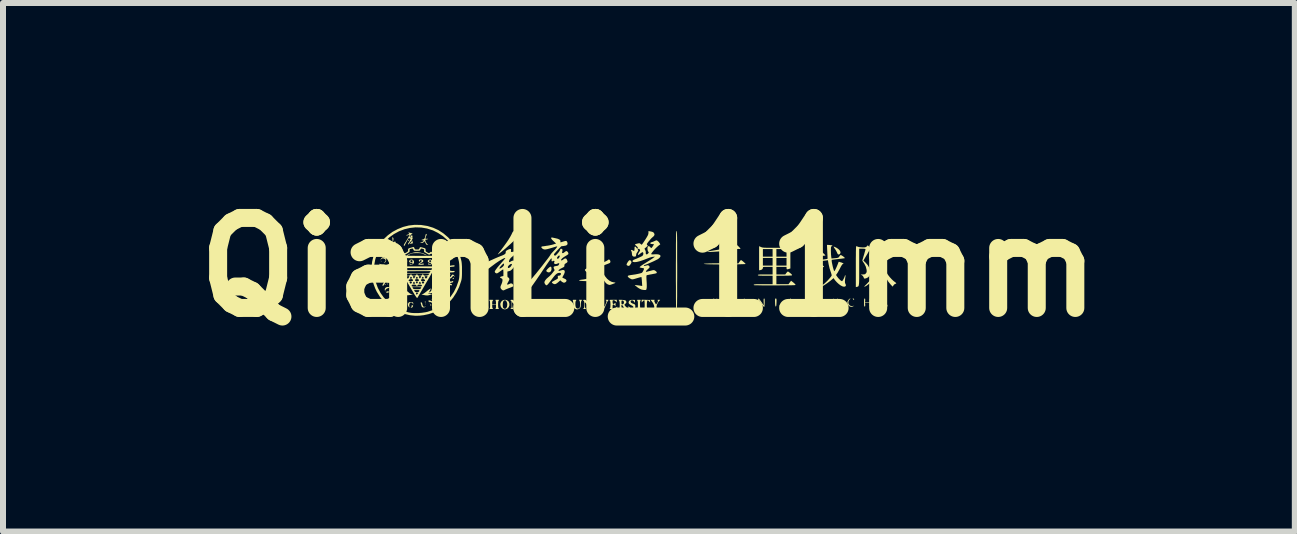
<source format=kicad_pcb>
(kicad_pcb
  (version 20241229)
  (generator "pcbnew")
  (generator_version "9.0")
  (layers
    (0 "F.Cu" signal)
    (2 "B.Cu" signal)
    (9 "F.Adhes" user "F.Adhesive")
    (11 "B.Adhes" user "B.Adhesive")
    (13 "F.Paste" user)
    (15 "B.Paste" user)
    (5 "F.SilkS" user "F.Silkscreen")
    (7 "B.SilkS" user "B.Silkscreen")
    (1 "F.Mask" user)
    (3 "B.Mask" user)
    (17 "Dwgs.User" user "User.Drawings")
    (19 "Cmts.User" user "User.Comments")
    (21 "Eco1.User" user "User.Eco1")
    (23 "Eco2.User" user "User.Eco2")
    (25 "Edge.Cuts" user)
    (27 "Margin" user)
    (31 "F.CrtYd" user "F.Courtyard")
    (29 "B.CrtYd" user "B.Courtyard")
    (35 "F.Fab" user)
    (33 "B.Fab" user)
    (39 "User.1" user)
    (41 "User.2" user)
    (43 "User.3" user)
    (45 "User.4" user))
  (footprint "QianLi_11mm"
    (layer "F.Cu")
    (at 7.764 1.404)
    (property "Reference" "QianLi_11mm" (at 0 0 0) (layer "F.SilkS") (effects (font (size 1.5 1.5) (thickness 0.3))))
    (attr board_only exclude_from_pos_files exclude_from_bom)
    (fp_poly (pts (xy -4.455 0.257) (xy -4.459 0.26) (xy -4.462 0.257) (xy -4.459 0.253)) (stroke (width 0) (type solid)) (fill yes) (layer "F.SilkS"))
    (fp_poly (pts (xy -4.399 0.011) (xy -4.402 0.014) (xy -4.406 0.011) (xy -4.402 0.007)) (stroke (width 0) (type solid)) (fill yes) (layer "F.SilkS"))
    (fp_poly (pts (xy -4.307 0.355) (xy -4.311 0.359) (xy -4.314 0.355) (xy -4.311 0.352)) (stroke (width 0) (type solid)) (fill yes) (layer "F.SilkS"))
    (fp_poly (pts (xy -4.117 0.567) (xy -4.121 0.57) (xy -4.124 0.567) (xy -4.121 0.563)) (stroke (width 0) (type solid)) (fill yes) (layer "F.SilkS"))
    (fp_poly (pts (xy -3.646 0.602) (xy -3.649 0.605) (xy -3.653 0.602) (xy -3.649 0.598)) (stroke (width 0) (type solid)) (fill yes) (layer "F.SilkS"))
    (fp_poly (pts (xy -3.435 0.433) (xy -3.438 0.436) (xy -3.442 0.433) (xy -3.438 0.429)) (stroke (width 0) (type solid)) (fill yes) (layer "F.SilkS"))
    (fp_poly (pts (xy -3.406 0.341) (xy -3.41 0.345) (xy -3.413 0.341) (xy -3.41 0.338)) (stroke (width 0) (type solid)) (fill yes) (layer "F.SilkS"))
    (fp_poly (pts (xy -3.718 0.604) (xy -3.717 0.618) (xy -3.718 0.621) (xy -3.721 0.622) (xy -3.722 0.612) (xy -3.721 0.602)) (stroke (width 0) (type solid)) (fill yes) (layer "F.SilkS"))
    (fp_poly (pts (xy -3.331 -0.152) (xy -3.332 -0.148) (xy -3.336 -0.148) (xy -3.342 -0.15) (xy -3.341 -0.152) (xy -3.332 -0.153)) (stroke (width 0) (type solid)) (fill yes) (layer "F.SilkS"))
    (fp_poly (pts (xy 3.151 0.639) (xy 3.152 0.65) (xy 3.15 0.653) (xy 3.147 0.651) (xy 3.147 0.643) (xy 3.148 0.636)) (stroke (width 0) (type solid)) (fill yes) (layer "F.SilkS"))
    (fp_poly (pts (xy -4.462 -0.107) (xy -4.46 -0.102) (xy -4.458 -0.092) (xy -4.463 -0.094) (xy -4.466 -0.099) (xy -4.468 -0.108) (xy -4.467 -0.11)) (stroke (width 0) (type solid)) (fill yes) (layer "F.SilkS"))
    (fp_poly (pts (xy -4.357 0.273) (xy -4.354 0.278) (xy -4.351 0.287) (xy -4.356 0.286) (xy -4.363 0.282) (xy -4.368 0.275) (xy -4.365 0.272)) (stroke (width 0) (type solid)) (fill yes) (layer "F.SilkS"))
    (fp_poly (pts (xy -4.301 0.378) (xy -4.306 0.389) (xy -4.314 0.394) (xy -4.318 0.39) (xy -4.314 0.379) (xy -4.307 0.37) (xy -4.302 0.369)) (stroke (width 0) (type solid)) (fill yes) (layer "F.SilkS"))
    (fp_poly (pts (xy -3.724 0.571) (xy -3.72 0.578) (xy -3.722 0.583) (xy -3.729 0.589) (xy -3.733 0.584) (xy -3.735 0.574) (xy -3.727 0.57)) (stroke (width 0) (type solid)) (fill yes) (layer "F.SilkS"))
    (fp_poly (pts (xy 3.152 0.529) (xy 3.152 0.536) (xy 3.148 0.541) (xy 3.143 0.536) (xy 3.14 0.525) (xy 3.142 0.523) (xy 3.149 0.522)) (stroke (width 0) (type solid)) (fill yes) (layer "F.SilkS"))
    (fp_poly (pts (xy -4.38 0.285) (xy -4.385 0.289) (xy -4.397 0.295) (xy -4.402 0.295) (xy -4.404 0.292) (xy -4.399 0.289) (xy -4.386 0.283) (xy -4.381 0.282)) (stroke (width 0) (type solid)) (fill yes) (layer "F.SilkS"))
    (fp_poly (pts (xy -3.999 -0.452) (xy -3.998 -0.447) (xy -4.001 -0.438) (xy -4.005 -0.436) (xy -4.011 -0.441) (xy -4.012 -0.443) (xy -4.007 -0.453) (xy -4.005 -0.454)) (stroke (width 0) (type solid)) (fill yes) (layer "F.SilkS"))
    (fp_poly (pts (xy -3.636 0.619) (xy -3.631 0.621) (xy -3.623 0.629) (xy -3.627 0.635) (xy -3.638 0.64) (xy -3.643 0.633) (xy -3.644 0.627) (xy -3.643 0.617)) (stroke (width 0) (type solid)) (fill yes) (layer "F.SilkS"))
    (fp_poly (pts (xy -3.533 -0.403) (xy -3.533 -0.401) (xy -3.539 -0.395) (xy -3.544 -0.394) (xy -3.551 -0.398) (xy -3.551 -0.401) (xy -3.542 -0.408) (xy -3.54 -0.408)) (stroke (width 0) (type solid)) (fill yes) (layer "F.SilkS"))
    (fp_poly (pts (xy -3.382 0.316) (xy -3.385 0.322) (xy -3.392 0.326) (xy -3.404 0.328) (xy -3.406 0.327) (xy -3.401 0.32) (xy -3.391 0.315) (xy -3.383 0.315)) (stroke (width 0) (type solid)) (fill yes) (layer "F.SilkS"))
    (fp_poly (pts (xy -3.363 -0.163) (xy -3.357 -0.154) (xy -3.358 -0.151) (xy -3.366 -0.152) (xy -3.366 -0.152) (xy -3.371 -0.163) (xy -3.371 -0.164) (xy -3.368 -0.167)) (stroke (width 0) (type solid)) (fill yes) (layer "F.SilkS"))
    (fp_poly (pts (xy -3.323 0.011) (xy -3.313 0.022) (xy -3.312 0.023) (xy -3.312 0.027) (xy -3.317 0.028) (xy -3.327 0.022) (xy -3.329 0.016) (xy -3.327 0.009)) (stroke (width 0) (type solid)) (fill yes) (layer "F.SilkS"))
    (fp_poly (pts (xy 2.188 0.632) (xy 2.189 0.64) (xy 2.186 0.652) (xy 2.182 0.655) (xy 2.179 0.649) (xy 2.18 0.64) (xy 2.184 0.629) (xy 2.186 0.626)) (stroke (width 0) (type solid)) (fill yes) (layer "F.SilkS"))
    (fp_poly (pts (xy 3.139 0.579) (xy 3.139 0.582) (xy 3.137 0.596) (xy 3.132 0.597) (xy 3.129 0.593) (xy 3.13 0.583) (xy 3.132 0.577) (xy 3.137 0.572)) (stroke (width 0) (type solid)) (fill yes) (layer "F.SilkS"))
    (fp_poly (pts (xy 3.878 0.639) (xy 3.878 0.644) (xy 3.874 0.653) (xy 3.871 0.655) (xy 3.867 0.649) (xy 3.868 0.644) (xy 3.873 0.635) (xy 3.875 0.633)) (stroke (width 0) (type solid)) (fill yes) (layer "F.SilkS"))
    (fp_poly (pts (xy -3.48 -0.43) (xy -3.477 -0.423) (xy -3.484 -0.415) (xy -3.488 -0.412) (xy -3.5 -0.409) (xy -3.505 -0.412) (xy -3.505 -0.418) (xy -3.499 -0.427) (xy -3.491 -0.431)) (stroke (width 0) (type solid)) (fill yes) (layer "F.SilkS"))
    (fp_poly (pts (xy -3.442 0.404) (xy -3.444 0.417) (xy -3.447 0.422) (xy -3.448 0.417) (xy -3.453 0.411) (xy -3.457 0.413) (xy -3.461 0.413) (xy -3.456 0.405) (xy -3.447 0.399)) (stroke (width 0) (type solid)) (fill yes) (layer "F.SilkS"))
    (fp_poly (pts (xy -3.363 0.345) (xy -3.363 0.346) (xy -3.352 0.352) (xy -3.35 0.355) (xy -3.356 0.358) (xy -3.363 0.361) (xy -3.373 0.359) (xy -3.375 0.351) (xy -3.373 0.343)) (stroke (width 0) (type solid)) (fill yes) (layer "F.SilkS"))
    (fp_poly (pts (xy 3.418 0.526) (xy 3.42 0.535) (xy 3.42 0.546) (xy 3.416 0.546) (xy 3.407 0.537) (xy 3.405 0.534) (xy 3.396 0.524) (xy 3.399 0.521) (xy 3.406 0.521)) (stroke (width 0) (type solid)) (fill yes) (layer "F.SilkS"))
    (fp_poly (pts (xy -4.432 0.23) (xy -4.44 0.236) (xy -4.442 0.237) (xy -4.458 0.245) (xy -4.466 0.245) (xy -4.471 0.238) (xy -4.468 0.231) (xy -4.451 0.228) (xy -4.45 0.228) (xy -4.434 0.228)) (stroke (width 0) (type solid)) (fill yes) (layer "F.SilkS"))
    (fp_poly (pts (xy -3.302 0.121) (xy -3.304 0.124) (xy -3.311 0.128) (xy -3.325 0.138) (xy -3.331 0.144) (xy -3.335 0.145) (xy -3.333 0.138) (xy -3.33 0.126) (xy -3.329 0.123) (xy -3.323 0.12) (xy -3.313 0.12)) (stroke (width 0) (type solid)) (fill yes) (layer "F.SilkS"))
    (fp_poly (pts (xy -3.247 0.178) (xy -3.251 0.19) (xy -3.252 0.194) (xy -3.258 0.196) (xy -3.267 0.197) (xy -3.278 0.196) (xy -3.276 0.193) (xy -3.269 0.189) (xy -3.255 0.179) (xy -3.249 0.173) (xy -3.246 0.172)) (stroke (width 0) (type solid)) (fill yes) (layer "F.SilkS"))
    (fp_poly (pts (xy -4.262 -0.492) (xy -4.259 -0.487) (xy -4.256 -0.47) (xy -4.261 -0.442) (xy -4.261 -0.439) (xy -4.271 -0.405) (xy -4.271 -0.441) (xy -4.273 -0.464) (xy -4.275 -0.483) (xy -4.276 -0.489) (xy -4.277 -0.498) (xy -4.271 -0.499)) (stroke (width 0) (type solid)) (fill yes) (layer "F.SilkS"))
    (fp_poly (pts (xy 1.56 0.594) (xy 1.555 0.61) (xy 1.548 0.628) (xy 1.54 0.644) (xy 1.535 0.654) (xy 1.533 0.655) (xy 1.533 0.649) (xy 1.538 0.634) (xy 1.543 0.619) (xy 1.552 0.601) (xy 1.558 0.589) (xy 1.56 0.587)) (stroke (width 0) (type solid)) (fill yes) (layer "F.SilkS"))
    (fp_poly (pts (xy 3.909 0.556) (xy 3.903 0.574) (xy 3.894 0.596) (xy 3.891 0.602) (xy 3.884 0.615) (xy 3.882 0.617) (xy 3.882 0.612) (xy 3.888 0.595) (xy 3.897 0.572) (xy 3.9 0.567) (xy 3.907 0.554) (xy 3.909 0.552)) (stroke (width 0) (type solid)) (fill yes) (layer "F.SilkS"))
    (fp_poly (pts (xy -4.331 0.332) (xy -4.311 0.34) (xy -4.337 0.345) (xy -4.367 0.355) (xy -4.387 0.373) (xy -4.391 0.383) (xy -4.396 0.392) (xy -4.399 0.388) (xy -4.401 0.385) (xy -4.402 0.364) (xy -4.393 0.346) (xy -4.376 0.333) (xy -4.354 0.328)) (stroke (width 0) (type solid)) (fill yes) (layer "F.SilkS"))
    (fp_poly (pts (xy -4.127 0.584) (xy -4.127 0.6) (xy -4.127 0.6) (xy -4.128 0.617) (xy -4.128 0.626) (xy -4.128 0.626) (xy -4.133 0.623) (xy -4.145 0.616) (xy -4.156 0.608) (xy -4.153 0.606) (xy -4.152 0.606) (xy -4.14 0.6) (xy -4.134 0.59) (xy -4.129 0.581)) (stroke (width 0) (type solid)) (fill yes) (layer "F.SilkS"))
    (fp_poly (pts (xy -3.93 0.636) (xy -3.93 0.646) (xy -3.931 0.649) (xy -3.942 0.668) (xy -3.959 0.675) (xy -3.966 0.675) (xy -3.975 0.674) (xy -3.97 0.672) (xy -3.968 0.671) (xy -3.957 0.661) (xy -3.954 0.643) (xy -3.955 0.639) (xy -3.949 0.634) (xy -3.941 0.633)) (stroke (width 0) (type solid)) (fill yes) (layer "F.SilkS"))
    (fp_poly (pts (xy -4.34 0.4) (xy -4.336 0.407) (xy -4.333 0.417) (xy -4.338 0.42) (xy -4.351 0.423) (xy -4.357 0.425) (xy -4.37 0.424) (xy -4.381 0.414) (xy -4.388 0.405) (xy -4.386 0.405) (xy -4.385 0.406) (xy -4.375 0.41) (xy -4.361 0.405) (xy -4.36 0.404) (xy -4.347 0.397)) (stroke (width 0) (type solid)) (fill yes) (layer "F.SilkS"))
    (fp_poly (pts (xy -4.428 0.088) (xy -4.414 0.095) (xy -4.402 0.106) (xy -4.399 0.114) (xy -4.404 0.116) (xy -4.412 0.113) (xy -4.436 0.106) (xy -4.462 0.111) (xy -4.471 0.116) (xy -4.484 0.122) (xy -4.49 0.12) (xy -4.49 0.116) (xy -4.484 0.104) (xy -4.47 0.093) (xy -4.452 0.085) (xy -4.444 0.084)) (stroke (width 0) (type solid)) (fill yes) (layer "F.SilkS"))
    (fp_poly (pts (xy -4.399 0.147) (xy -4.399 0.151) (xy -4.405 0.163) (xy -4.419 0.175) (xy -4.437 0.182) (xy -4.444 0.183) (xy -4.461 0.179) (xy -4.475 0.172) (xy -4.486 0.161) (xy -4.49 0.153) (xy -4.485 0.151) (xy -4.477 0.155) (xy -4.453 0.161) (xy -4.427 0.156) (xy -4.418 0.152) (xy -4.405 0.146)) (stroke (width 0) (type solid)) (fill yes) (layer "F.SilkS"))
    (fp_poly (pts (xy -0.311 -0.116) (xy -0.3 -0.107) (xy -0.291 -0.093) (xy -0.29 -0.079) (xy -0.299 -0.061) (xy -0.307 -0.048) (xy -0.321 -0.03) (xy -0.332 -0.023) (xy -0.346 -0.024) (xy -0.357 -0.028) (xy -0.369 -0.036) (xy -0.372 -0.048) (xy -0.365 -0.065) (xy -0.351 -0.088) (xy -0.335 -0.109) (xy -0.322 -0.118)) (stroke (width 0) (type solid)) (fill yes) (layer "F.SilkS"))
    (fp_poly (pts (xy 3.086 0.527) (xy 3.089 0.545) (xy 3.092 0.571) (xy 3.092 0.603) (xy 3.091 0.621) (xy 3.088 0.642) (xy 3.083 0.653) (xy 3.08 0.655) (xy 3.076 0.649) (xy 3.073 0.633) (xy 3.072 0.604) (xy 3.072 0.588) (xy 3.073 0.552) (xy 3.075 0.53) (xy 3.079 0.521) (xy 3.08 0.521)) (stroke (width 0) (type solid)) (fill yes) (layer "F.SilkS"))
    (fp_poly (pts (xy -3.308 0.057) (xy -3.285 0.062) (xy -3.262 0.062) (xy -3.245 0.061) (xy -3.238 0.066) (xy -3.237 0.071) (xy -3.24 0.078) (xy -3.249 0.082) (xy -3.268 0.085) (xy -3.283 0.086) (xy -3.308 0.087) (xy -3.321 0.086) (xy -3.327 0.082) (xy -3.329 0.074) (xy -3.329 0.069) (xy -3.328 0.056) (xy -3.322 0.053)) (stroke (width 0) (type solid)) (fill yes) (layer "F.SilkS"))
    (fp_poly (pts (xy -1.627 -0.002) (xy -1.623 0.016) (xy -1.623 0.017) (xy -1.624 0.045) (xy -1.634 0.067) (xy -1.651 0.082) (xy -1.672 0.086) (xy -1.691 0.08) (xy -1.705 0.07) (xy -1.71 0.06) (xy -1.705 0.048) (xy -1.692 0.032) (xy -1.675 0.015) (xy -1.658 0.000308) (xy -1.643 -0.008) (xy -1.642 -0.009) (xy -1.632 -0.009)) (stroke (width 0) (type solid)) (fill yes) (layer "F.SilkS"))
    (fp_poly (pts (xy -3.536 0.484) (xy -3.536 0.485) (xy -3.535 0.495) (xy -3.527 0.511) (xy -3.516 0.528) (xy -3.503 0.547) (xy -3.497 0.559) (xy -3.498 0.565) (xy -3.504 0.57) (xy -3.504 0.57) (xy -3.515 0.573) (xy -3.521 0.564) (xy -3.522 0.561) (xy -3.529 0.546) (xy -3.542 0.528) (xy -3.546 0.523) (xy -3.567 0.5) (xy -3.549 0.489) (xy -3.538 0.483)) (stroke (width 0) (type solid)) (fill yes) (layer "F.SilkS"))
    (fp_poly (pts (xy -3.785 0.588) (xy -3.778 0.601) (xy -3.775 0.617) (xy -3.766 0.644) (xy -3.754 0.659) (xy -3.738 0.66) (xy -3.728 0.655) (xy -3.718 0.649) (xy -3.717 0.651) (xy -3.722 0.656) (xy -3.741 0.669) (xy -3.764 0.67) (xy -3.771 0.668) (xy -3.784 0.657) (xy -3.79 0.643) (xy -3.796 0.62) (xy -3.801 0.604) (xy -3.804 0.59) (xy -3.799 0.585) (xy -3.794 0.584)) (stroke (width 0) (type solid)) (fill yes) (layer "F.SilkS"))
    (fp_poly (pts (xy 1.356 0.523) (xy 1.36 0.532) (xy 1.361 0.549) (xy 1.362 0.578) (xy 1.362 0.588) (xy 1.361 0.62) (xy 1.36 0.64) (xy 1.357 0.651) (xy 1.353 0.654) (xy 1.351 0.655) (xy 1.346 0.652) (xy 1.343 0.643) (xy 1.341 0.626) (xy 1.341 0.597) (xy 1.341 0.588) (xy 1.341 0.556) (xy 1.342 0.536) (xy 1.345 0.525) (xy 1.35 0.521) (xy 1.351 0.521)) (stroke (width 0) (type solid)) (fill yes) (layer "F.SilkS"))
    (fp_poly (pts (xy 2.121 0.522) (xy 2.125 0.526) (xy 2.127 0.537) (xy 2.128 0.556) (xy 2.127 0.587) (xy 2.127 0.588) (xy 2.125 0.621) (xy 2.123 0.641) (xy 2.119 0.652) (xy 2.115 0.655) (xy 2.11 0.651) (xy 2.107 0.639) (xy 2.104 0.616) (xy 2.103 0.588) (xy 2.102 0.557) (xy 2.103 0.537) (xy 2.104 0.526) (xy 2.108 0.522) (xy 2.115 0.521) (xy 2.115 0.521)) (stroke (width 0) (type solid)) (fill yes) (layer "F.SilkS"))
    (fp_poly (pts (xy 2.363 0.523) (xy 2.366 0.532) (xy 2.368 0.549) (xy 2.368 0.578) (xy 2.368 0.588) (xy 2.368 0.62) (xy 2.367 0.64) (xy 2.364 0.651) (xy 2.359 0.654) (xy 2.358 0.655) (xy 2.353 0.652) (xy 2.349 0.643) (xy 2.348 0.626) (xy 2.347 0.597) (xy 2.347 0.588) (xy 2.348 0.556) (xy 2.349 0.536) (xy 2.352 0.525) (xy 2.356 0.521) (xy 2.358 0.521)) (stroke (width 0) (type solid)) (fill yes) (layer "F.SilkS"))
    (fp_poly (pts (xy 3.087 -0.343) (xy 3.103 -0.336) (xy 3.123 -0.327) (xy 3.155 -0.306) (xy 3.178 -0.284) (xy 3.191 -0.261) (xy 3.194 -0.24) (xy 3.184 -0.222) (xy 3.168 -0.212) (xy 3.153 -0.215) (xy 3.148 -0.22) (xy 3.141 -0.232) (xy 3.133 -0.25) (xy 3.132 -0.252) (xy 3.123 -0.27) (xy 3.109 -0.294) (xy 3.1 -0.307) (xy 3.087 -0.326) (xy 3.08 -0.339) (xy 3.079 -0.344)) (stroke (width 0) (type solid)) (fill yes) (layer "F.SilkS"))
    (fp_poly (pts (xy 3.932 0.527) (xy 3.94 0.54) (xy 3.946 0.557) (xy 3.955 0.581) (xy 3.965 0.607) (xy 3.974 0.634) (xy 3.977 0.649) (xy 3.974 0.655) (xy 3.974 0.655) (xy 3.967 0.648) (xy 3.958 0.633) (xy 3.952 0.618) (xy 3.942 0.59) (xy 3.931 0.563) (xy 3.926 0.553) (xy 3.917 0.534) (xy 3.914 0.524) (xy 3.916 0.521) (xy 3.923 0.521) (xy 3.923 0.521)) (stroke (width 0) (type solid)) (fill yes) (layer "F.SilkS"))
    (fp_poly (pts (xy -3.478 0.451) (xy -3.464 0.458) (xy -3.443 0.467) (xy -3.432 0.47) (xy -3.429 0.467) (xy -3.43 0.457) (xy -3.43 0.456) (xy -3.431 0.451) (xy -3.426 0.458) (xy -3.423 0.464) (xy -3.418 0.48) (xy -3.417 0.491) (xy -3.418 0.493) (xy -3.427 0.492) (xy -3.445 0.488) (xy -3.468 0.479) (xy -3.468 0.479) (xy -3.492 0.468) (xy -3.503 0.46) (xy -3.505 0.455) (xy -3.503 0.452) (xy -3.493 0.448)) (stroke (width 0) (type solid)) (fill yes) (layer "F.SilkS"))
    (fp_poly (pts (xy -3.253 0.129) (xy -3.248 0.135) (xy -3.24 0.149) (xy -3.238 0.158) (xy -3.241 0.159) (xy -3.248 0.151) (xy -3.255 0.143) (xy -3.261 0.143) (xy -3.27 0.152) (xy -3.28 0.164) (xy -3.298 0.182) (xy -3.311 0.189) (xy -3.323 0.186) (xy -3.328 0.182) (xy -3.335 0.17) (xy -3.332 0.166) (xy -3.323 0.167) (xy -3.311 0.165) (xy -3.299 0.151) (xy -3.295 0.145) (xy -3.28 0.126) (xy -3.267 0.121)) (stroke (width 0) (type solid)) (fill yes) (layer "F.SilkS"))
    (fp_poly (pts (xy -4.382 0.209) (xy -4.382 0.221) (xy -4.388 0.241) (xy -4.398 0.264) (xy -4.409 0.285) (xy -4.419 0.301) (xy -4.423 0.304) (xy -4.435 0.309) (xy -4.441 0.303) (xy -4.441 0.302) (xy -4.438 0.292) (xy -4.429 0.274) (xy -4.419 0.256) (xy -4.408 0.235) (xy -4.404 0.225) (xy -4.406 0.221) (xy -4.411 0.222) (xy -4.418 0.224) (xy -4.414 0.22) (xy -4.409 0.218) (xy -4.396 0.208) (xy -4.391 0.202) (xy -4.385 0.202)) (stroke (width 0) (type solid)) (fill yes) (layer "F.SilkS"))
    (fp_poly (pts (xy -4.084 -0.124) (xy -4.082 -0.108) (xy -4.082 -0.093) (xy -4.081 -0.065) (xy -4.076 -0.05) (xy -4.073 -0.047) (xy -4.074 -0.045) (xy -4.085 -0.043) (xy -4.092 -0.043) (xy -4.109 -0.043) (xy -4.114 -0.046) (xy -4.112 -0.051) (xy -4.106 -0.063) (xy -4.103 -0.082) (xy -4.103 -0.084) (xy -4.105 -0.104) (xy -4.111 -0.117) (xy -4.112 -0.118) (xy -4.116 -0.125) (xy -4.112 -0.127) (xy -4.099 -0.129) (xy -4.093 -0.131) (xy -4.087 -0.131)) (stroke (width 0) (type solid)) (fill yes) (layer "F.SilkS"))
    (fp_poly (pts (xy -3.954 0.58) (xy -3.952 0.58) (xy -3.935 0.585) (xy -3.928 0.593) (xy -3.927 0.604) (xy -3.927 0.623) (xy -3.936 0.605) (xy -3.95 0.59) (xy -3.966 0.585) (xy -3.979 0.591) (xy -3.989 0.606) (xy -3.994 0.628) (xy -3.993 0.648) (xy -3.99 0.655) (xy -3.987 0.666) (xy -3.991 0.669) (xy -3.999 0.663) (xy -4.009 0.651) (xy -4.016 0.63) (xy -4.014 0.607) (xy -4.003 0.589) (xy -3.994 0.583) (xy -3.976 0.579)) (stroke (width 0) (type solid)) (fill yes) (layer "F.SilkS"))
    (fp_poly (pts (xy -3.327 -0.05) (xy -3.327 -0.039) (xy -3.328 -0.026) (xy -3.321 -0.024) (xy -3.321 -0.024) (xy -3.309 -0.026) (xy -3.288 -0.03) (xy -3.274 -0.031) (xy -3.253 -0.033) (xy -3.242 -0.032) (xy -3.238 -0.027) (xy -3.237 -0.023) (xy -3.24 -0.015) (xy -3.251 -0.011) (xy -3.271 -0.009) (xy -3.293 -0.007) (xy -3.311 -0.004) (xy -3.316 -0.003) (xy -3.327 -0.006) (xy -3.332 -0.016) (xy -3.335 -0.037) (xy -3.334 -0.052) (xy -3.33 -0.056)) (stroke (width 0) (type solid)) (fill yes) (layer "F.SilkS"))
    (fp_poly (pts (xy -4.393 -0.158) (xy -4.381 -0.143) (xy -4.377 -0.123) (xy -4.38 -0.103) (xy -4.389 -0.086) (xy -4.403 -0.078) (xy -4.408 -0.078) (xy -4.418 -0.078) (xy -4.416 -0.081) (xy -4.406 -0.086) (xy -4.39 -0.1) (xy -4.386 -0.117) (xy -4.395 -0.133) (xy -4.4 -0.137) (xy -4.423 -0.147) (xy -4.446 -0.146) (xy -4.463 -0.134) (xy -4.465 -0.132) (xy -4.472 -0.122) (xy -4.473 -0.123) (xy -4.471 -0.13) (xy -4.458 -0.154) (xy -4.438 -0.167) (xy -4.414 -0.168)) (stroke (width 0) (type solid)) (fill yes) (layer "F.SilkS"))
    (fp_poly (pts (xy -4.176 0.492) (xy -4.165 0.497) (xy -4.152 0.505) (xy -4.149 0.511) (xy -4.151 0.512) (xy -4.16 0.519) (xy -4.172 0.533) (xy -4.184 0.55) (xy -4.193 0.566) (xy -4.197 0.577) (xy -4.197 0.58) (xy -4.195 0.584) (xy -4.201 0.583) (xy -4.212 0.578) (xy -4.219 0.573) (xy -4.226 0.566) (xy -4.225 0.563) (xy -4.216 0.557) (xy -4.205 0.543) (xy -4.193 0.525) (xy -4.185 0.508) (xy -4.183 0.496) (xy -4.183 0.495) (xy -4.184 0.49)) (stroke (width 0) (type solid)) (fill yes) (layer "F.SilkS"))
    (fp_poly (pts (xy 3.359 0.524) (xy 3.351 0.533) (xy 3.348 0.535) (xy 3.331 0.557) (xy 3.324 0.584) (xy 3.329 0.613) (xy 3.332 0.618) (xy 3.349 0.638) (xy 3.374 0.647) (xy 3.401 0.645) (xy 3.424 0.641) (xy 3.403 0.651) (xy 3.384 0.659) (xy 3.37 0.66) (xy 3.353 0.655) (xy 3.346 0.652) (xy 3.325 0.635) (xy 3.311 0.609) (xy 3.308 0.584) (xy 3.312 0.566) (xy 3.323 0.547) (xy 3.338 0.53) (xy 3.352 0.521) (xy 3.355 0.521)) (stroke (width 0) (type solid)) (fill yes) (layer "F.SilkS"))
    (fp_poly (pts (xy -3.273 -0.163) (xy -3.27 -0.151) (xy -3.268 -0.145) (xy -3.269 -0.136) (xy -3.278 -0.134) (xy -3.29 -0.129) (xy -3.307 -0.116) (xy -3.323 -0.1) (xy -3.335 -0.084) (xy -3.337 -0.078) (xy -3.341 -0.078) (xy -3.346 -0.088) (xy -3.348 -0.094) (xy -3.352 -0.11) (xy -3.35 -0.116) (xy -3.347 -0.115) (xy -3.337 -0.118) (xy -3.324 -0.129) (xy -3.324 -0.13) (xy -3.312 -0.142) (xy -3.302 -0.148) (xy -3.302 -0.148) (xy -3.292 -0.152) (xy -3.284 -0.159) (xy -3.275 -0.165)) (stroke (width 0) (type solid)) (fill yes) (layer "F.SilkS"))
    (fp_poly (pts (xy 1.595 0.527) (xy 1.604 0.543) (xy 1.614 0.567) (xy 1.619 0.579) (xy 1.63 0.606) (xy 1.64 0.629) (xy 1.647 0.643) (xy 1.649 0.646) (xy 1.651 0.653) (xy 1.641 0.655) (xy 1.629 0.651) (xy 1.626 0.646) (xy 1.623 0.635) (xy 1.617 0.616) (xy 1.608 0.59) (xy 1.605 0.584) (xy 1.585 0.531) (xy 1.576 0.555) (xy 1.57 0.569) (xy 1.565 0.575) (xy 1.565 0.575) (xy 1.565 0.566) (xy 1.57 0.552) (xy 1.578 0.536) (xy 1.585 0.524) (xy 1.589 0.521)) (stroke (width 0) (type solid)) (fill yes) (layer "F.SilkS"))
    (fp_poly (pts (xy -4.252 -0.078) (xy -4.252 -0.06) (xy -4.26 -0.03) (xy -4.261 -0.024) (xy -4.271 0.011) (xy -4.258 -0.006) (xy -4.248 -0.015) (xy -4.244 -0.012) (xy -4.245 0.001) (xy -4.253 0.023) (xy -4.253 0.023) (xy -4.265 0.046) (xy -4.276 0.056) (xy -4.287 0.053) (xy -4.299 0.038) (xy -4.312 0.013) (xy -4.319 -0.017) (xy -4.319 -0.019) (xy -4.322 -0.053) (xy -4.306 -0.025) (xy -4.296 -0.009) (xy -4.291 -0.004) (xy -4.288 -0.01) (xy -4.288 -0.011) (xy -4.283 -0.03) (xy -4.276 -0.052) (xy -4.267 -0.071) (xy -4.26 -0.082) (xy -4.257 -0.084)) (stroke (width 0) (type solid)) (fill yes) (layer "F.SilkS"))
    (fp_poly (pts (xy -4.108 0.531) (xy -4.099 0.541) (xy -4.089 0.558) (xy -4.081 0.578) (xy -4.07 0.616) (xy -4.059 0.591) (xy -4.053 0.574) (xy -4.051 0.563) (xy -4.051 0.562) (xy -4.048 0.56) (xy -4.04 0.561) (xy -4.03 0.565) (xy -4.033 0.571) (xy -4.035 0.573) (xy -4.044 0.583) (xy -4.056 0.602) (xy -4.063 0.615) (xy -4.073 0.633) (xy -4.08 0.643) (xy -4.084 0.643) (xy -4.087 0.633) (xy -4.092 0.614) (xy -4.096 0.6) (xy -4.102 0.579) (xy -4.108 0.563) (xy -4.111 0.559) (xy -4.116 0.55) (xy -4.117 0.541) (xy -4.115 0.531)) (stroke (width 0) (type solid)) (fill yes) (layer "F.SilkS"))
    (fp_poly (pts (xy -3.467 -0.078) (xy -3.46 -0.066) (xy -3.452 -0.044) (xy -3.445 -0.018) (xy -3.44 0.004) (xy -3.424 -0.028) (xy -3.414 -0.046) (xy -3.409 -0.051) (xy -3.407 -0.046) (xy -3.407 -0.043) (xy -3.411 -0.014) (xy -3.421 0.018) (xy -3.436 0.044) (xy -3.437 0.045) (xy -3.452 0.064) (xy -3.467 0.041) (xy -3.479 0.019) (xy -3.487 -0.002) (xy -3.487 -0.004) (xy -3.492 -0.025) (xy -3.477 -0.007) (xy -3.467 0.003) (xy -3.464 0.003) (xy -3.466 -0.004) (xy -3.47 -0.019) (xy -3.474 -0.041) (xy -3.475 -0.052) (xy -3.476 -0.073) (xy -3.473 -0.081)) (stroke (width 0) (type solid)) (fill yes) (layer "F.SilkS"))
    (fp_poly (pts (xy -3.332 0.34) (xy -3.325 0.346) (xy -3.319 0.354) (xy -3.318 0.361) (xy -3.323 0.373) (xy -3.335 0.392) (xy -3.347 0.409) (xy -3.355 0.418) (xy -3.357 0.419) (xy -3.363 0.41) (xy -3.377 0.399) (xy -3.395 0.388) (xy -3.413 0.38) (xy -3.425 0.376) (xy -3.428 0.377) (xy -3.432 0.377) (xy -3.429 0.368) (xy -3.428 0.367) (xy -3.421 0.355) (xy -3.417 0.352) (xy -3.409 0.355) (xy -3.394 0.364) (xy -3.38 0.373) (xy -3.347 0.394) (xy -3.334 0.379) (xy -3.326 0.365) (xy -3.329 0.351) (xy -3.33 0.349) (xy -3.335 0.339)) (stroke (width 0) (type solid)) (fill yes) (layer "F.SilkS"))
    (fp_poly (pts (xy -3.597 0.526) (xy -3.596 0.532) (xy -3.593 0.544) (xy -3.586 0.563) (xy -3.582 0.57) (xy -3.571 0.595) (xy -3.569 0.608) (xy -3.574 0.612) (xy -3.582 0.609) (xy -3.599 0.601) (xy -3.619 0.591) (xy -3.641 0.58) (xy -3.652 0.576) (xy -3.656 0.578) (xy -3.655 0.582) (xy -3.655 0.587) (xy -3.662 0.58) (xy -3.665 0.577) (xy -3.675 0.565) (xy -3.675 0.558) (xy -3.667 0.554) (xy -3.652 0.553) (xy -3.629 0.561) (xy -3.619 0.566) (xy -3.582 0.584) (xy -3.594 0.56) (xy -3.604 0.544) (xy -3.615 0.535) (xy -3.617 0.535) (xy -3.624 0.534) (xy -3.619 0.529) (xy -3.618 0.528) (xy -3.603 0.521)) (stroke (width 0) (type solid)) (fill yes) (layer "F.SilkS"))
    (fp_poly (pts (xy -2.715 0.543) (xy -2.682 0.545) (xy -2.681 0.573) (xy -2.681 0.6) (xy -2.698 0.576) (xy -2.715 0.558) (xy -2.734 0.552) (xy -2.752 0.556) (xy -2.764 0.57) (xy -2.772 0.596) (xy -2.773 0.627) (xy -2.767 0.655) (xy -2.758 0.671) (xy -2.74 0.686) (xy -2.721 0.688) (xy -2.699 0.675) (xy -2.694 0.671) (xy -2.682 0.661) (xy -2.675 0.658) (xy -2.674 0.659) (xy -2.68 0.671) (xy -2.695 0.684) (xy -2.713 0.695) (xy -2.728 0.7) (xy -2.751 0.699) (xy -2.77 0.693) (xy -2.793 0.674) (xy -2.806 0.647) (xy -2.808 0.622) (xy -2.803 0.588) (xy -2.787 0.563) (xy -2.761 0.548) (xy -2.725 0.543)) (stroke (width 0) (type solid)) (fill yes) (layer "F.SilkS"))
    (fp_poly (pts (xy -2.252 -0.6) (xy -2.247 -0.597) (xy -2.235 -0.58) (xy -2.224 -0.555) (xy -2.218 -0.527) (xy -2.217 -0.515) (xy -2.218 -0.497) (xy -2.223 -0.481) (xy -2.233 -0.463) (xy -2.249 -0.443) (xy -2.273 -0.419) (xy -2.305 -0.389) (xy -2.344 -0.354) (xy -2.381 -0.321) (xy -2.416 -0.291) (xy -2.448 -0.265) (xy -2.476 -0.243) (xy -2.497 -0.227) (xy -2.511 -0.217) (xy -2.517 -0.215) (xy -2.516 -0.218) (xy -2.509 -0.228) (xy -2.495 -0.246) (xy -2.477 -0.27) (xy -2.455 -0.298) (xy -2.452 -0.303) (xy -2.41 -0.359) (xy -2.371 -0.413) (xy -2.338 -0.462) (xy -2.312 -0.505) (xy -2.293 -0.54) (xy -2.289 -0.548) (xy -2.276 -0.576) (xy -2.266 -0.593) (xy -2.259 -0.601)) (stroke (width 0) (type solid)) (fill yes) (layer "F.SilkS"))
    (fp_poly (pts (xy -1.74 0.543) (xy -1.73 0.545) (xy -1.731 0.548) (xy -1.733 0.55) (xy -1.739 0.555) (xy -1.743 0.566) (xy -1.745 0.584) (xy -1.745 0.613) (xy -1.745 0.619) (xy -1.745 0.65) (xy -1.743 0.67) (xy -1.74 0.682) (xy -1.734 0.688) (xy -1.733 0.689) (xy -1.729 0.693) (xy -1.737 0.695) (xy -1.756 0.696) (xy -1.763 0.696) (xy -1.783 0.695) (xy -1.794 0.694) (xy -1.793 0.692) (xy -1.787 0.689) (xy -1.783 0.68) (xy -1.781 0.665) (xy -1.781 0.639) (xy -1.781 0.625) (xy -1.781 0.593) (xy -1.783 0.572) (xy -1.786 0.56) (xy -1.792 0.552) (xy -1.793 0.552) (xy -1.798 0.547) (xy -1.795 0.544) (xy -1.781 0.543) (xy -1.763 0.542)) (stroke (width 0) (type solid)) (fill yes) (layer "F.SilkS"))
    (fp_poly (pts (xy -0.861 0.543) (xy -0.85 0.545) (xy -0.851 0.548) (xy -0.853 0.55) (xy -0.859 0.555) (xy -0.863 0.566) (xy -0.865 0.584) (xy -0.866 0.613) (xy -0.866 0.619) (xy -0.865 0.65) (xy -0.864 0.67) (xy -0.86 0.682) (xy -0.855 0.688) (xy -0.853 0.689) (xy -0.85 0.693) (xy -0.857 0.695) (xy -0.877 0.696) (xy -0.883 0.696) (xy -0.903 0.695) (xy -0.914 0.694) (xy -0.913 0.692) (xy -0.907 0.689) (xy -0.904 0.681) (xy -0.902 0.665) (xy -0.901 0.64) (xy -0.901 0.623) (xy -0.901 0.591) (xy -0.903 0.57) (xy -0.906 0.558) (xy -0.911 0.551) (xy -0.913 0.55) (xy -0.917 0.546) (xy -0.91 0.543) (xy -0.89 0.542) (xy -0.883 0.542)) (stroke (width 0) (type solid)) (fill yes) (layer "F.SilkS"))
    (fp_poly (pts (xy -0.143 0.543) (xy -0.133 0.545) (xy -0.134 0.548) (xy -0.135 0.55) (xy -0.142 0.555) (xy -0.145 0.566) (xy -0.147 0.584) (xy -0.148 0.613) (xy -0.148 0.619) (xy -0.147 0.65) (xy -0.146 0.67) (xy -0.142 0.682) (xy -0.137 0.688) (xy -0.135 0.689) (xy -0.132 0.693) (xy -0.139 0.695) (xy -0.159 0.696) (xy -0.165 0.696) (xy -0.185 0.695) (xy -0.196 0.694) (xy -0.195 0.692) (xy -0.189 0.689) (xy -0.186 0.68) (xy -0.184 0.665) (xy -0.183 0.639) (xy -0.183 0.625) (xy -0.183 0.593) (xy -0.185 0.572) (xy -0.189 0.56) (xy -0.195 0.552) (xy -0.195 0.552) (xy -0.2 0.547) (xy -0.197 0.544) (xy -0.183 0.543) (xy -0.165 0.542)) (stroke (width 0) (type solid)) (fill yes) (layer "F.SilkS"))
    (fp_poly (pts (xy -0.051 0.543) (xy 0.018 0.545) (xy 0.02 0.567) (xy 0.022 0.588) (xy 0.003 0.568) (xy -0.011 0.555) (xy -0.021 0.552) (xy -0.027 0.559) (xy -0.031 0.578) (xy -0.034 0.61) (xy -0.034 0.616) (xy -0.034 0.647) (xy -0.033 0.667) (xy -0.03 0.679) (xy -0.025 0.687) (xy -0.024 0.688) (xy -0.019 0.693) (xy -0.023 0.695) (xy -0.038 0.696) (xy -0.053 0.696) (xy -0.073 0.695) (xy -0.083 0.694) (xy -0.083 0.692) (xy -0.077 0.689) (xy -0.073 0.681) (xy -0.071 0.666) (xy -0.07 0.642) (xy -0.07 0.619) (xy -0.071 0.584) (xy -0.073 0.561) (xy -0.076 0.55) (xy -0.078 0.549) (xy -0.087 0.554) (xy -0.1 0.565) (xy -0.102 0.568) (xy -0.12 0.586) (xy -0.12 0.564) (xy -0.12 0.541)) (stroke (width 0) (type solid)) (fill yes) (layer "F.SilkS"))
    (fp_poly (pts (xy -4.253 0.424) (xy -4.247 0.429) (xy -4.249 0.435) (xy -4.256 0.436) (xy -4.271 0.442) (xy -4.287 0.455) (xy -4.3 0.471) (xy -4.306 0.486) (xy -4.306 0.49) (xy -4.298 0.502) (xy -4.283 0.505) (xy -4.265 0.5) (xy -4.252 0.49) (xy -4.24 0.474) (xy -4.235 0.459) (xy -4.235 0.459) (xy -4.232 0.448) (xy -4.228 0.449) (xy -4.224 0.458) (xy -4.223 0.472) (xy -4.229 0.496) (xy -4.246 0.513) (xy -4.269 0.521) (xy -4.272 0.521) (xy -4.287 0.524) (xy -4.294 0.534) (xy -4.294 0.536) (xy -4.297 0.546) (xy -4.303 0.544) (xy -4.305 0.541) (xy -4.312 0.525) (xy -4.314 0.513) (xy -4.315 0.493) (xy -4.318 0.477) (xy -4.319 0.461) (xy -4.31 0.446) (xy -4.305 0.44) (xy -4.287 0.428) (xy -4.268 0.423)) (stroke (width 0) (type solid)) (fill yes) (layer "F.SilkS"))
    (fp_poly (pts (xy -3.934 -0.124) (xy -3.92 -0.11) (xy -3.916 -0.101) (xy -3.915 -0.076) (xy -3.927 -0.056) (xy -3.948 -0.045) (xy -3.957 -0.044) (xy -3.975 -0.044) (xy -3.986 -0.048) (xy -3.987 -0.049) (xy -3.99 -0.059) (xy -3.982 -0.061) (xy -3.971 -0.055) (xy -3.957 -0.05) (xy -3.946 -0.055) (xy -3.945 -0.056) (xy -3.935 -0.068) (xy -3.937 -0.075) (xy -3.948 -0.075) (xy -3.949 -0.075) (xy -3.97 -0.074) (xy -3.987 -0.081) (xy -3.996 -0.093) (xy -3.996 -0.1) (xy -3.996 -0.102) (xy -3.975 -0.102) (xy -3.974 -0.095) (xy -3.965 -0.086) (xy -3.951 -0.085) (xy -3.941 -0.091) (xy -3.939 -0.093) (xy -3.939 -0.109) (xy -3.949 -0.119) (xy -3.956 -0.12) (xy -3.971 -0.115) (xy -3.975 -0.102) (xy -3.996 -0.102) (xy -3.988 -0.117) (xy -3.972 -0.127) (xy -3.953 -0.129)) (stroke (width 0) (type solid)) (fill yes) (layer "F.SilkS"))
    (fp_poly (pts (xy -3.787 -0.13) (xy -3.771 -0.124) (xy -3.761 -0.113) (xy -3.76 -0.105) (xy -3.762 -0.095) (xy -3.768 -0.088) (xy -3.78 -0.081) (xy -3.802 -0.07) (xy -3.804 -0.07) (xy -3.825 -0.06) (xy -3.798 -0.058) (xy -3.778 -0.058) (xy -3.766 -0.062) (xy -3.765 -0.063) (xy -3.76 -0.066) (xy -3.756 -0.06) (xy -3.752 -0.048) (xy -3.751 -0.045) (xy -3.758 -0.044) (xy -3.774 -0.043) (xy -3.797 -0.042) (xy -3.82 -0.043) (xy -3.837 -0.045) (xy -3.843 -0.048) (xy -3.837 -0.059) (xy -3.822 -0.071) (xy -3.805 -0.081) (xy -3.793 -0.091) (xy -3.787 -0.104) (xy -3.789 -0.115) (xy -3.799 -0.12) (xy -3.812 -0.113) (xy -3.817 -0.104) (xy -3.822 -0.093) (xy -3.829 -0.096) (xy -3.829 -0.096) (xy -3.834 -0.109) (xy -3.833 -0.115) (xy -3.823 -0.127) (xy -3.806 -0.131)) (stroke (width 0) (type solid)) (fill yes) (layer "F.SilkS"))
    (fp_poly (pts (xy 3.693 0.523) (xy 3.696 0.532) (xy 3.698 0.549) (xy 3.698 0.577) (xy 3.698 0.588) (xy 3.698 0.62) (xy 3.697 0.64) (xy 3.694 0.65) (xy 3.689 0.654) (xy 3.688 0.655) (xy 3.681 0.651) (xy 3.679 0.64) (xy 3.68 0.623) (xy 3.682 0.591) (xy 3.642 0.591) (xy 3.602 0.591) (xy 3.605 0.623) (xy 3.605 0.643) (xy 3.602 0.653) (xy 3.596 0.655) (xy 3.591 0.652) (xy 3.588 0.644) (xy 3.586 0.626) (xy 3.586 0.598) (xy 3.586 0.588) (xy 3.586 0.556) (xy 3.588 0.536) (xy 3.59 0.525) (xy 3.595 0.521) (xy 3.596 0.521) (xy 3.603 0.524) (xy 3.605 0.536) (xy 3.605 0.552) (xy 3.602 0.584) (xy 3.642 0.584) (xy 3.682 0.584) (xy 3.68 0.552) (xy 3.679 0.532) (xy 3.682 0.523) (xy 3.688 0.521)) (stroke (width 0) (type solid)) (fill yes) (layer "F.SilkS"))
    (fp_poly (pts (xy -3.624 -0.125) (xy -3.62 -0.123) (xy -3.608 -0.108) (xy -3.603 -0.086) (xy -3.607 -0.064) (xy -3.614 -0.053) (xy -3.628 -0.046) (xy -3.647 -0.043) (xy -3.666 -0.043) (xy -3.676 -0.047) (xy -3.681 -0.057) (xy -3.674 -0.063) (xy -3.671 -0.063) (xy -3.66 -0.058) (xy -3.658 -0.055) (xy -3.652 -0.049) (xy -3.642 -0.053) (xy -3.629 -0.064) (xy -3.626 -0.072) (xy -3.633 -0.075) (xy -3.64 -0.074) (xy -3.661 -0.075) (xy -3.673 -0.083) (xy -3.684 -0.094) (xy -3.685 -0.102) (xy -3.66 -0.102) (xy -3.658 -0.089) (xy -3.649 -0.085) (xy -3.644 -0.086) (xy -3.631 -0.093) (xy -3.628 -0.102) (xy -3.634 -0.115) (xy -3.644 -0.118) (xy -3.656 -0.117) (xy -3.66 -0.108) (xy -3.66 -0.102) (xy -3.685 -0.102) (xy -3.685 -0.105) (xy -3.682 -0.111) (xy -3.667 -0.125) (xy -3.646 -0.131)) (stroke (width 0) (type solid)) (fill yes) (layer "F.SilkS"))
    (fp_poly (pts (xy -2.366 0.549) (xy -2.343 0.565) (xy -2.334 0.577) (xy -2.324 0.607) (xy -2.325 0.637) (xy -2.336 0.665) (xy -2.356 0.687) (xy -2.369 0.694) (xy -2.39 0.701) (xy -2.406 0.702) (xy -2.425 0.697) (xy -2.434 0.693) (xy -2.455 0.677) (xy -2.47 0.651) (xy -2.473 0.633) (xy -2.435 0.633) (xy -2.433 0.658) (xy -2.428 0.675) (xy -2.426 0.677) (xy -2.409 0.691) (xy -2.392 0.692) (xy -2.377 0.68) (xy -2.365 0.657) (xy -2.365 0.654) (xy -2.36 0.625) (xy -2.362 0.598) (xy -2.37 0.575) (xy -2.381 0.558) (xy -2.394 0.55) (xy -2.409 0.551) (xy -2.424 0.564) (xy -2.424 0.565) (xy -2.431 0.581) (xy -2.434 0.606) (xy -2.435 0.633) (xy -2.473 0.633) (xy -2.476 0.621) (xy -2.475 0.606) (xy -2.464 0.578) (xy -2.445 0.557) (xy -2.42 0.545) (xy -2.393 0.542)) (stroke (width 0) (type solid)) (fill yes) (layer "F.SilkS"))
    (fp_poly (pts (xy -3.319 0.219) (xy -3.317 0.225) (xy -3.311 0.236) (xy -3.299 0.239) (xy -3.278 0.233) (xy -3.276 0.232) (xy -3.263 0.228) (xy -3.26 0.231) (xy -3.261 0.236) (xy -3.265 0.247) (xy -3.266 0.25) (xy -3.272 0.253) (xy -3.287 0.257) (xy -3.29 0.257) (xy -3.309 0.263) (xy -3.314 0.269) (xy -3.306 0.276) (xy -3.297 0.279) (xy -3.283 0.284) (xy -3.281 0.292) (xy -3.285 0.3) (xy -3.294 0.302) (xy -3.313 0.297) (xy -3.328 0.291) (xy -3.349 0.283) (xy -3.365 0.278) (xy -3.371 0.278) (xy -3.374 0.275) (xy -3.373 0.267) (xy -3.369 0.259) (xy -3.361 0.256) (xy -3.346 0.26) (xy -3.331 0.266) (xy -3.324 0.263) (xy -3.322 0.255) (xy -3.327 0.241) (xy -3.34 0.235) (xy -3.356 0.24) (xy -3.356 0.241) (xy -3.363 0.246) (xy -3.363 0.243) (xy -3.356 0.232) (xy -3.342 0.217) (xy -3.329 0.212)) (stroke (width 0) (type solid)) (fill yes) (layer "F.SilkS"))
    (fp_poly (pts (xy 2.776 0.528) (xy 2.789 0.547) (xy 2.801 0.574) (xy 2.812 0.598) (xy 2.822 0.616) (xy 2.828 0.626) (xy 2.828 0.626) (xy 2.833 0.62) (xy 2.841 0.604) (xy 2.852 0.582) (xy 2.855 0.575) (xy 2.869 0.544) (xy 2.88 0.527) (xy 2.888 0.523) (xy 2.893 0.532) (xy 2.895 0.556) (xy 2.896 0.587) (xy 2.896 0.621) (xy 2.894 0.642) (xy 2.89 0.653) (xy 2.887 0.655) (xy 2.882 0.649) (xy 2.879 0.633) (xy 2.878 0.605) (xy 2.878 0.6) (xy 2.878 0.545) (xy 2.851 0.602) (xy 2.825 0.658) (xy 2.795 0.602) (xy 2.766 0.545) (xy 2.768 0.6) (xy 2.768 0.628) (xy 2.766 0.647) (xy 2.763 0.655) (xy 2.762 0.655) (xy 2.759 0.648) (xy 2.757 0.629) (xy 2.755 0.601) (xy 2.755 0.588) (xy 2.756 0.556) (xy 2.757 0.536) (xy 2.76 0.525) (xy 2.764 0.521) (xy 2.767 0.521)) (stroke (width 0) (type solid)) (fill yes) (layer "F.SilkS"))
    (fp_poly (pts (xy 1.926 0.523) (xy 1.929 0.531) (xy 1.93 0.547) (xy 1.93 0.573) (xy 1.93 0.591) (xy 1.928 0.621) (xy 1.926 0.644) (xy 1.924 0.659) (xy 1.922 0.662) (xy 1.914 0.657) (xy 1.906 0.649) (xy 1.897 0.638) (xy 1.883 0.618) (xy 1.867 0.595) (xy 1.864 0.591) (xy 1.849 0.569) (xy 1.84 0.557) (xy 1.834 0.554) (xy 1.832 0.559) (xy 1.831 0.566) (xy 1.83 0.586) (xy 1.831 0.611) (xy 1.831 0.621) (xy 1.831 0.641) (xy 1.828 0.653) (xy 1.826 0.655) (xy 1.823 0.648) (xy 1.821 0.629) (xy 1.819 0.601) (xy 1.819 0.588) (xy 1.82 0.554) (xy 1.822 0.532) (xy 1.825 0.522) (xy 1.828 0.521) (xy 1.835 0.526) (xy 1.848 0.541) (xy 1.865 0.563) (xy 1.876 0.579) (xy 1.915 0.637) (xy 1.913 0.579) (xy 1.912 0.55) (xy 1.913 0.532) (xy 1.916 0.523) (xy 1.921 0.521) (xy 1.921 0.521)) (stroke (width 0) (type solid)) (fill yes) (layer "F.SilkS"))
    (fp_poly (pts (xy 0.067 0.542) (xy 0.09 0.543) (xy 0.1 0.545) (xy 0.098 0.548) (xy 0.097 0.549) (xy 0.09 0.555) (xy 0.089 0.562) (xy 0.094 0.575) (xy 0.1 0.588) (xy 0.11 0.606) (xy 0.117 0.617) (xy 0.12 0.619) (xy 0.125 0.614) (xy 0.135 0.6) (xy 0.14 0.591) (xy 0.15 0.572) (xy 0.151 0.56) (xy 0.148 0.552) (xy 0.144 0.546) (xy 0.15 0.543) (xy 0.166 0.542) (xy 0.183 0.543) (xy 0.188 0.545) (xy 0.183 0.551) (xy 0.179 0.554) (xy 0.161 0.573) (xy 0.146 0.598) (xy 0.135 0.624) (xy 0.128 0.65) (xy 0.127 0.672) (xy 0.132 0.687) (xy 0.139 0.692) (xy 0.139 0.694) (xy 0.128 0.695) (xy 0.109 0.696) (xy 0.086 0.696) (xy 0.076 0.694) (xy 0.077 0.69) (xy 0.079 0.689) (xy 0.089 0.676) (xy 0.09 0.655) (xy 0.083 0.629) (xy 0.07 0.599) (xy 0.05 0.57) (xy 0.04 0.558) (xy 0.026 0.542)) (stroke (width 0) (type solid)) (fill yes) (layer "F.SilkS"))
    (fp_poly (pts (xy -0.776 0.542) (xy -0.766 0.544) (xy -0.766 0.548) (xy -0.77 0.551) (xy -0.775 0.556) (xy -0.777 0.564) (xy -0.775 0.576) (xy -0.768 0.597) (xy -0.763 0.611) (xy -0.753 0.634) (xy -0.745 0.65) (xy -0.74 0.657) (xy -0.739 0.657) (xy -0.734 0.648) (xy -0.727 0.629) (xy -0.718 0.606) (xy -0.709 0.582) (xy -0.706 0.568) (xy -0.706 0.56) (xy -0.712 0.554) (xy -0.714 0.552) (xy -0.721 0.546) (xy -0.718 0.543) (xy -0.704 0.542) (xy -0.696 0.542) (xy -0.678 0.543) (xy -0.671 0.545) (xy -0.675 0.55) (xy -0.678 0.552) (xy -0.685 0.562) (xy -0.697 0.582) (xy -0.709 0.609) (xy -0.717 0.627) (xy -0.729 0.656) (xy -0.741 0.679) (xy -0.75 0.692) (xy -0.754 0.695) (xy -0.761 0.691) (xy -0.771 0.676) (xy -0.783 0.649) (xy -0.788 0.635) (xy -0.8 0.606) (xy -0.812 0.58) (xy -0.822 0.562) (xy -0.825 0.558) (xy -0.84 0.542) (xy -0.799 0.542)) (stroke (width 0) (type solid)) (fill yes) (layer "F.SilkS"))
    (fp_poly (pts (xy -4.484 -0.057) (xy -4.472 -0.05) (xy -4.447 -0.047) (xy -4.438 -0.046) (xy -4.416 -0.046) (xy -4.404 -0.043) (xy -4.4 -0.037) (xy -4.399 -0.026) (xy -4.399 -0.025) (xy -4.401 -0.013) (xy -4.403 -0.012) (xy -4.403 -0.012) (xy -4.412 -0.019) (xy -4.424 -0.021) (xy -4.436 -0.019) (xy -4.441 -0.009) (xy -4.441 0) (xy -4.439 0.015) (xy -4.431 0.021) (xy -4.423 0.021) (xy -4.41 0.024) (xy -4.406 0.035) (xy -4.406 0.046) (xy -4.408 0.048) (xy -4.415 0.047) (xy -4.432 0.044) (xy -4.448 0.042) (xy -4.47 0.039) (xy -4.486 0.039) (xy -4.492 0.04) (xy -4.496 0.036) (xy -4.497 0.025) (xy -4.496 0.013) (xy -4.489 0.011) (xy -4.479 0.014) (xy -4.46 0.02) (xy -4.451 0.018) (xy -4.448 0.007) (xy -4.448 0.000474) (xy -4.453 -0.017) (xy -4.465 -0.026) (xy -4.48 -0.026) (xy -4.483 -0.025) (xy -4.488 -0.027) (xy -4.49 -0.042) (xy -4.49 -0.044) (xy -4.489 -0.058) (xy -4.485 -0.059)) (stroke (width 0) (type solid)) (fill yes) (layer "F.SilkS"))
    (fp_poly (pts (xy -0.535 0.564) (xy -0.535 0.586) (xy -0.552 0.568) (xy -0.57 0.554) (xy -0.587 0.549) (xy -0.598 0.55) (xy -0.604 0.557) (xy -0.605 0.572) (xy -0.605 0.581) (xy -0.602 0.603) (xy -0.594 0.613) (xy -0.58 0.609) (xy -0.569 0.601) (xy -0.561 0.594) (xy -0.557 0.596) (xy -0.556 0.609) (xy -0.556 0.62) (xy -0.556 0.65) (xy -0.57 0.635) (xy -0.586 0.621) (xy -0.597 0.62) (xy -0.604 0.633) (xy -0.605 0.655) (xy -0.605 0.69) (xy -0.581 0.69) (xy -0.559 0.685) (xy -0.542 0.671) (xy -0.528 0.653) (xy -0.528 0.675) (xy -0.528 0.697) (xy -0.596 0.697) (xy -0.629 0.696) (xy -0.648 0.695) (xy -0.655 0.692) (xy -0.653 0.689) (xy -0.647 0.683) (xy -0.643 0.672) (xy -0.641 0.654) (xy -0.64 0.624) (xy -0.64 0.622) (xy -0.641 0.591) (xy -0.643 0.571) (xy -0.647 0.559) (xy -0.653 0.552) (xy -0.657 0.547) (xy -0.653 0.545) (xy -0.641 0.543) (xy -0.617 0.542) (xy -0.6 0.542) (xy -0.535 0.542)) (stroke (width 0) (type solid)) (fill yes) (layer "F.SilkS"))
    (fp_poly (pts (xy -2.028 0.546) (xy -2.01 0.548) (xy -2.002 0.55) (xy -2 0.56) (xy -2 0.577) (xy -2 0.578) (xy -2.002 0.602) (xy -2.015 0.579) (xy -2.031 0.558) (xy -2.05 0.549) (xy -2.067 0.552) (xy -2.082 0.565) (xy -2.093 0.588) (xy -2.097 0.62) (xy -2.097 0.621) (xy -2.094 0.654) (xy -2.084 0.675) (xy -2.066 0.685) (xy -2.055 0.686) (xy -2.038 0.685) (xy -2.031 0.678) (xy -2.028 0.666) (xy -2.031 0.645) (xy -2.039 0.637) (xy -2.045 0.631) (xy -2.042 0.628) (xy -2.029 0.627) (xy -2.013 0.627) (xy -1.991 0.627) (xy -1.982 0.629) (xy -1.982 0.634) (xy -1.983 0.635) (xy -1.99 0.648) (xy -1.992 0.663) (xy -1.996 0.68) (xy -2.009 0.69) (xy -2.011 0.691) (xy -2.049 0.7) (xy -2.081 0.698) (xy -2.095 0.693) (xy -2.116 0.676) (xy -2.129 0.651) (xy -2.133 0.616) (xy -2.133 0.616) (xy -2.129 0.588) (xy -2.117 0.567) (xy -2.116 0.565) (xy -2.105 0.554) (xy -2.093 0.548) (xy -2.076 0.546) (xy -2.053 0.546)) (stroke (width 0) (type solid)) (fill yes) (layer "F.SilkS"))
    (fp_poly (pts (xy -1.238 0.542) (xy -1.217 0.543) (xy -1.208 0.545) (xy -1.208 0.548) (xy -1.212 0.552) (xy -1.22 0.565) (xy -1.224 0.587) (xy -1.225 0.613) (xy -1.224 0.64) (xy -1.219 0.663) (xy -1.214 0.674) (xy -1.197 0.687) (xy -1.177 0.689) (xy -1.158 0.679) (xy -1.158 0.679) (xy -1.151 0.665) (xy -1.147 0.642) (xy -1.146 0.615) (xy -1.148 0.588) (xy -1.152 0.565) (xy -1.159 0.552) (xy -1.16 0.552) (xy -1.165 0.546) (xy -1.162 0.543) (xy -1.147 0.542) (xy -1.141 0.542) (xy -1.122 0.542) (xy -1.115 0.545) (xy -1.117 0.55) (xy -1.121 0.555) (xy -1.129 0.57) (xy -1.133 0.596) (xy -1.133 0.611) (xy -1.135 0.648) (xy -1.143 0.673) (xy -1.157 0.689) (xy -1.17 0.696) (xy -1.191 0.702) (xy -1.206 0.702) (xy -1.221 0.697) (xy -1.237 0.688) (xy -1.248 0.673) (xy -1.254 0.65) (xy -1.258 0.616) (xy -1.258 0.614) (xy -1.261 0.587) (xy -1.264 0.565) (xy -1.268 0.552) (xy -1.269 0.551) (xy -1.27 0.546) (xy -1.261 0.543) (xy -1.24 0.542)) (stroke (width 0) (type solid)) (fill yes) (layer "F.SilkS"))
    (fp_poly (pts (xy 1.139 0.526) (xy 1.153 0.537) (xy 1.155 0.539) (xy 1.167 0.557) (xy 1.172 0.58) (xy 1.172 0.589) (xy 1.17 0.611) (xy 1.162 0.627) (xy 1.149 0.64) (xy 1.136 0.653) (xy 1.132 0.661) (xy 1.136 0.668) (xy 1.14 0.672) (xy 1.156 0.683) (xy 1.173 0.69) (xy 1.186 0.694) (xy 1.186 0.695) (xy 1.175 0.696) (xy 1.161 0.693) (xy 1.139 0.684) (xy 1.113 0.672) (xy 1.108 0.669) (xy 1.073 0.647) (xy 1.05 0.625) (xy 1.04 0.602) (xy 1.04 0.575) (xy 1.042 0.568) (xy 1.05 0.55) (xy 1.062 0.535) (xy 1.076 0.524) (xy 1.086 0.522) (xy 1.089 0.523) (xy 1.088 0.528) (xy 1.085 0.528) (xy 1.076 0.534) (xy 1.066 0.55) (xy 1.059 0.571) (xy 1.056 0.593) (xy 1.056 0.595) (xy 1.061 0.619) (xy 1.075 0.64) (xy 1.095 0.652) (xy 1.107 0.655) (xy 1.128 0.648) (xy 1.143 0.632) (xy 1.153 0.61) (xy 1.156 0.584) (xy 1.15 0.559) (xy 1.137 0.538) (xy 1.128 0.527) (xy 1.127 0.521) (xy 1.129 0.521)) (stroke (width 0) (type solid)) (fill yes) (layer "F.SilkS"))
    (fp_poly (pts (xy -3.704 -0.554) (xy -3.703 -0.546) (xy -3.708 -0.528) (xy -3.713 -0.518) (xy -3.722 -0.493) (xy -3.723 -0.479) (xy -3.716 -0.473) (xy -3.702 -0.474) (xy -3.687 -0.475) (xy -3.681 -0.472) (xy -3.681 -0.472) (xy -3.687 -0.467) (xy -3.702 -0.462) (xy -3.705 -0.462) (xy -3.729 -0.457) (xy -3.719 -0.427) (xy -3.709 -0.406) (xy -3.697 -0.389) (xy -3.693 -0.385) (xy -3.677 -0.373) (xy -3.694 -0.373) (xy -3.707 -0.377) (xy -3.718 -0.393) (xy -3.72 -0.397) (xy -3.727 -0.415) (xy -3.73 -0.428) (xy -3.73 -0.43) (xy -3.735 -0.431) (xy -3.746 -0.424) (xy -3.75 -0.42) (xy -3.769 -0.408) (xy -3.789 -0.406) (xy -3.794 -0.407) (xy -3.818 -0.411) (xy -3.795 -0.416) (xy -3.773 -0.423) (xy -3.758 -0.432) (xy -3.752 -0.441) (xy -3.757 -0.448) (xy -3.773 -0.45) (xy -3.774 -0.45) (xy -3.788 -0.452) (xy -3.79 -0.455) (xy -3.779 -0.46) (xy -3.765 -0.464) (xy -3.748 -0.47) (xy -3.738 -0.482) (xy -3.732 -0.496) (xy -3.726 -0.518) (xy -3.722 -0.537) (xy -3.721 -0.54) (xy -3.717 -0.553) (xy -3.711 -0.556)) (stroke (width 0) (type solid)) (fill yes) (layer "F.SilkS"))
    (fp_poly (pts (xy -4.33 0.036) (xy -4.327 0.039) (xy -4.316 0.055) (xy -4.302 0.072) (xy -4.289 0.087) (xy -4.279 0.097) (xy -4.276 0.099) (xy -4.272 0.093) (xy -4.272 0.089) (xy -4.268 0.077) (xy -4.258 0.062) (xy -4.249 0.052) (xy -4.245 0.051) (xy -4.244 0.06) (xy -4.247 0.074) (xy -4.252 0.096) (xy -4.258 0.113) (xy -4.268 0.144) (xy -4.271 0.168) (xy -4.269 0.181) (xy -4.265 0.183) (xy -4.259 0.177) (xy -4.258 0.169) (xy -4.255 0.153) (xy -4.25 0.136) (xy -4.245 0.125) (xy -4.242 0.124) (xy -4.239 0.133) (xy -4.237 0.151) (xy -4.235 0.175) (xy -4.237 0.199) (xy -4.241 0.219) (xy -4.246 0.231) (xy -4.25 0.232) (xy -4.257 0.228) (xy -4.271 0.217) (xy -4.276 0.213) (xy -4.299 0.189) (xy -4.316 0.167) (xy -4.327 0.15) (xy -4.328 0.143) (xy -4.327 0.136) (xy -4.319 0.138) (xy -4.311 0.144) (xy -4.299 0.151) (xy -4.295 0.151) (xy -4.296 0.144) (xy -4.304 0.126) (xy -4.31 0.115) (xy -4.319 0.096) (xy -4.326 0.075) (xy -4.331 0.056) (xy -4.334 0.041) (xy -4.334 0.034)) (stroke (width 0) (type solid)) (fill yes) (layer "F.SilkS"))
    (fp_poly (pts (xy -1.861 0.548) (xy -1.837 0.565) (xy -1.826 0.58) (xy -1.816 0.612) (xy -1.819 0.643) (xy -1.833 0.672) (xy -1.845 0.684) (xy -1.859 0.697) (xy -1.863 0.705) (xy -1.859 0.713) (xy -1.855 0.718) (xy -1.841 0.728) (xy -1.831 0.732) (xy -1.823 0.733) (xy -1.828 0.736) (xy -1.844 0.741) (xy -1.844 0.741) (xy -1.863 0.742) (xy -1.875 0.74) (xy -1.888 0.73) (xy -1.896 0.719) (xy -1.908 0.705) (xy -1.926 0.693) (xy -1.929 0.691) (xy -1.95 0.676) (xy -1.963 0.651) (xy -1.963 0.651) (xy -1.966 0.633) (xy -1.928 0.633) (xy -1.926 0.658) (xy -1.921 0.675) (xy -1.92 0.677) (xy -1.902 0.691) (xy -1.885 0.692) (xy -1.87 0.68) (xy -1.859 0.657) (xy -1.858 0.653) (xy -1.853 0.624) (xy -1.856 0.597) (xy -1.863 0.574) (xy -1.874 0.558) (xy -1.888 0.549) (xy -1.903 0.551) (xy -1.917 0.564) (xy -1.917 0.565) (xy -1.924 0.581) (xy -1.928 0.606) (xy -1.928 0.633) (xy -1.966 0.633) (xy -1.969 0.617) (xy -1.962 0.588) (xy -1.943 0.562) (xy -1.917 0.546) (xy -1.889 0.541)) (stroke (width 0) (type solid)) (fill yes) (layer "F.SilkS"))
    (fp_poly (pts (xy -1.416 0.546) (xy -1.409 0.551) (xy -1.406 0.561) (xy -1.405 0.565) (xy -1.402 0.588) (xy -1.403 0.599) (xy -1.409 0.597) (xy -1.418 0.583) (xy -1.42 0.577) (xy -1.434 0.559) (xy -1.453 0.551) (xy -1.472 0.552) (xy -1.487 0.565) (xy -1.492 0.575) (xy -1.498 0.599) (xy -1.499 0.628) (xy -1.495 0.655) (xy -1.488 0.674) (xy -1.488 0.674) (xy -1.474 0.686) (xy -1.455 0.688) (xy -1.454 0.688) (xy -1.438 0.685) (xy -1.431 0.675) (xy -1.43 0.666) (xy -1.433 0.645) (xy -1.44 0.637) (xy -1.446 0.631) (xy -1.444 0.628) (xy -1.43 0.627) (xy -1.415 0.627) (xy -1.393 0.627) (xy -1.385 0.629) (xy -1.387 0.633) (xy -1.388 0.634) (xy -1.398 0.647) (xy -1.401 0.665) (xy -1.402 0.679) (xy -1.408 0.688) (xy -1.422 0.693) (xy -1.432 0.696) (xy -1.454 0.701) (xy -1.468 0.703) (xy -1.479 0.701) (xy -1.494 0.694) (xy -1.499 0.691) (xy -1.522 0.673) (xy -1.535 0.646) (xy -1.537 0.614) (xy -1.534 0.599) (xy -1.524 0.572) (xy -1.508 0.556) (xy -1.484 0.547) (xy -1.453 0.545) (xy -1.429 0.544)) (stroke (width 0) (type solid)) (fill yes) (layer "F.SilkS"))
    (fp_poly (pts (xy 0.463 -0.604) (xy 0.464 -0.6) (xy 0.466 -0.592) (xy 0.467 -0.579) (xy 0.468 -0.561) (xy 0.469 -0.537) (xy 0.47 -0.505) (xy 0.47 -0.466) (xy 0.471 -0.418) (xy 0.471 -0.361) (xy 0.471 -0.293) (xy 0.471 -0.214) (xy 0.471 -0.123) (xy 0.472 -0.02) (xy 0.472 0.053) (xy 0.472 0.165) (xy 0.471 0.264) (xy 0.471 0.35) (xy 0.471 0.425) (xy 0.471 0.489) (xy 0.47 0.542) (xy 0.47 0.587) (xy 0.469 0.623) (xy 0.469 0.652) (xy 0.468 0.674) (xy 0.467 0.69) (xy 0.465 0.701) (xy 0.464 0.707) (xy 0.462 0.71) (xy 0.461 0.711) (xy 0.459 0.71) (xy 0.458 0.705) (xy 0.456 0.697) (xy 0.455 0.685) (xy 0.454 0.667) (xy 0.453 0.642) (xy 0.452 0.611) (xy 0.452 0.572) (xy 0.451 0.524) (xy 0.451 0.466) (xy 0.451 0.399) (xy 0.451 0.32) (xy 0.45 0.229) (xy 0.45 0.125) (xy 0.45 0.053) (xy 0.45 -0.059) (xy 0.451 -0.158) (xy 0.451 -0.244) (xy 0.451 -0.319) (xy 0.451 -0.383) (xy 0.452 -0.437) (xy 0.452 -0.481) (xy 0.453 -0.518) (xy 0.453 -0.546) (xy 0.454 -0.568) (xy 0.455 -0.584) (xy 0.457 -0.595) (xy 0.458 -0.602) (xy 0.46 -0.605) (xy 0.461 -0.605)) (stroke (width 0) (type solid)) (fill yes) (layer "F.SilkS"))
    (fp_poly (pts (xy 3.853 -0.365) (xy 3.881 -0.361) (xy 3.895 -0.357) (xy 3.897 -0.35) (xy 3.889 -0.343) (xy 3.884 -0.337) (xy 3.88 -0.326) (xy 3.878 -0.308) (xy 3.877 -0.28) (xy 3.877 -0.26) (xy 3.883 -0.167) (xy 3.9 -0.074) (xy 3.929 0.017) (xy 3.963 0.092) (xy 3.985 0.127) (xy 4.014 0.164) (xy 4.047 0.2) (xy 4.079 0.23) (xy 4.095 0.242) (xy 4.115 0.257) (xy 4.123 0.267) (xy 4.119 0.273) (xy 4.106 0.277) (xy 4.09 0.286) (xy 4.076 0.302) (xy 4.076 0.303) (xy 4.063 0.323) (xy 4.031 0.29) (xy 3.986 0.234) (xy 3.947 0.166) (xy 3.915 0.088) (xy 3.89 -0.001) (xy 3.874 -0.088) (xy 3.869 -0.123) (xy 3.859 -0.067) (xy 3.84 0.02) (xy 3.812 0.096) (xy 3.776 0.162) (xy 3.737 0.213) (xy 3.715 0.236) (xy 3.689 0.259) (xy 3.663 0.281) (xy 3.638 0.3) (xy 3.617 0.314) (xy 3.6 0.322) (xy 3.591 0.324) (xy 3.589 0.321) (xy 3.594 0.315) (xy 3.607 0.302) (xy 3.625 0.284) (xy 3.636 0.273) (xy 3.684 0.222) (xy 3.723 0.167) (xy 3.755 0.106) (xy 3.78 0.039) (xy 3.797 -0.036) (xy 3.808 -0.121) (xy 3.814 -0.216) (xy 3.815 -0.267) (xy 3.815 -0.368)) (stroke (width 0) (type solid)) (fill yes) (layer "F.SilkS"))
    (fp_poly (pts (xy -1.678 0.543) (xy -1.668 0.546) (xy -1.657 0.554) (xy -1.644 0.569) (xy -1.626 0.594) (xy -1.624 0.596) (xy -1.584 0.65) (xy -1.584 0.609) (xy -1.586 0.578) (xy -1.592 0.559) (xy -1.595 0.555) (xy -1.601 0.547) (xy -1.599 0.543) (xy -1.587 0.542) (xy -1.576 0.542) (xy -1.557 0.543) (xy -1.551 0.545) (xy -1.555 0.55) (xy -1.557 0.552) (xy -1.563 0.558) (xy -1.567 0.57) (xy -1.569 0.589) (xy -1.569 0.618) (xy -1.569 0.629) (xy -1.57 0.661) (xy -1.571 0.682) (xy -1.574 0.693) (xy -1.579 0.697) (xy -1.579 0.697) (xy -1.588 0.691) (xy -1.601 0.677) (xy -1.619 0.656) (xy -1.63 0.641) (xy -1.648 0.617) (xy -1.663 0.598) (xy -1.674 0.587) (xy -1.677 0.584) (xy -1.679 0.591) (xy -1.681 0.607) (xy -1.682 0.629) (xy -1.681 0.655) (xy -1.679 0.671) (xy -1.672 0.681) (xy -1.666 0.686) (xy -1.658 0.692) (xy -1.658 0.695) (xy -1.67 0.696) (xy -1.686 0.696) (xy -1.703 0.695) (xy -1.712 0.693) (xy -1.71 0.692) (xy -1.7 0.686) (xy -1.694 0.675) (xy -1.69 0.658) (xy -1.689 0.63) (xy -1.689 0.621) (xy -1.69 0.593) (xy -1.692 0.576) (xy -1.698 0.564) (xy -1.705 0.556) (xy -1.72 0.542) (xy -1.692 0.542)) (stroke (width 0) (type solid)) (fill yes) (layer "F.SilkS"))
    (fp_poly (pts (xy -2.272 0.543) (xy -2.261 0.548) (xy -2.25 0.558) (xy -2.235 0.577) (xy -2.223 0.593) (xy -2.185 0.644) (xy -2.183 0.603) (xy -2.183 0.577) (xy -2.186 0.562) (xy -2.192 0.553) (xy -2.194 0.552) (xy -2.2 0.546) (xy -2.197 0.543) (xy -2.183 0.542) (xy -2.175 0.542) (xy -2.157 0.542) (xy -2.15 0.545) (xy -2.152 0.55) (xy -2.156 0.555) (xy -2.162 0.565) (xy -2.166 0.581) (xy -2.167 0.606) (xy -2.168 0.632) (xy -2.168 0.664) (xy -2.17 0.684) (xy -2.173 0.694) (xy -2.178 0.697) (xy -2.186 0.691) (xy -2.2 0.677) (xy -2.217 0.656) (xy -2.229 0.641) (xy -2.247 0.617) (xy -2.262 0.598) (xy -2.273 0.587) (xy -2.276 0.584) (xy -2.279 0.591) (xy -2.28 0.607) (xy -2.279 0.631) (xy -2.276 0.659) (xy -2.271 0.677) (xy -2.263 0.687) (xy -2.263 0.687) (xy -2.256 0.693) (xy -2.259 0.696) (xy -2.272 0.696) (xy -2.284 0.696) (xy -2.304 0.696) (xy -2.31 0.694) (xy -2.306 0.69) (xy -2.303 0.69) (xy -2.295 0.685) (xy -2.291 0.678) (xy -2.288 0.666) (xy -2.287 0.644) (xy -2.287 0.623) (xy -2.288 0.592) (xy -2.29 0.572) (xy -2.294 0.562) (xy -2.298 0.559) (xy -2.308 0.552) (xy -2.305 0.546) (xy -2.292 0.542) (xy -2.284 0.542)) (stroke (width 0) (type solid)) (fill yes) (layer "F.SilkS"))
    (fp_poly (pts (xy -1.062 0.543) (xy -1.051 0.548) (xy -1.039 0.558) (xy -1.024 0.577) (xy -1.012 0.593) (xy -0.975 0.644) (xy -0.973 0.603) (xy -0.972 0.577) (xy -0.975 0.562) (xy -0.982 0.553) (xy -0.983 0.552) (xy -0.989 0.546) (xy -0.986 0.543) (xy -0.972 0.542) (xy -0.965 0.542) (xy -0.946 0.542) (xy -0.939 0.545) (xy -0.942 0.55) (xy -0.946 0.555) (xy -0.951 0.565) (xy -0.955 0.581) (xy -0.957 0.606) (xy -0.957 0.632) (xy -0.958 0.664) (xy -0.959 0.684) (xy -0.962 0.694) (xy -0.967 0.697) (xy -0.975 0.691) (xy -0.989 0.677) (xy -1.007 0.656) (xy -1.018 0.641) (xy -1.036 0.617) (xy -1.051 0.598) (xy -1.062 0.587) (xy -1.065 0.584) (xy -1.068 0.591) (xy -1.069 0.607) (xy -1.068 0.631) (xy -1.066 0.659) (xy -1.061 0.677) (xy -1.053 0.687) (xy -1.052 0.687) (xy -1.046 0.693) (xy -1.048 0.696) (xy -1.062 0.696) (xy -1.074 0.696) (xy -1.093 0.696) (xy -1.1 0.694) (xy -1.095 0.69) (xy -1.093 0.69) (xy -1.085 0.685) (xy -1.08 0.678) (xy -1.078 0.666) (xy -1.077 0.644) (xy -1.077 0.623) (xy -1.077 0.592) (xy -1.079 0.572) (xy -1.083 0.562) (xy -1.087 0.559) (xy -1.097 0.552) (xy -1.095 0.546) (xy -1.081 0.542) (xy -1.074 0.542)) (stroke (width 0) (type solid)) (fill yes) (layer "F.SilkS"))
    (fp_poly (pts (xy -3.564 0.303) (xy -3.567 0.323) (xy -3.572 0.34) (xy -3.572 0.34) (xy -3.575 0.349) (xy -3.569 0.349) (xy -3.562 0.345) (xy -3.546 0.338) (xy -3.523 0.331) (xy -3.51 0.327) (xy -3.473 0.318) (xy -3.499 0.341) (xy -3.532 0.363) (xy -3.562 0.373) (xy -3.585 0.378) (xy -3.603 0.384) (xy -3.613 0.389) (xy -3.613 0.392) (xy -3.602 0.392) (xy -3.593 0.391) (xy -3.57 0.387) (xy -3.55 0.383) (xy -3.547 0.383) (xy -3.537 0.381) (xy -3.536 0.384) (xy -3.545 0.392) (xy -3.553 0.4) (xy -3.586 0.42) (xy -3.624 0.431) (xy -3.66 0.431) (xy -3.674 0.43) (xy -3.679 0.432) (xy -3.679 0.433) (xy -3.669 0.438) (xy -3.65 0.442) (xy -3.64 0.443) (xy -3.607 0.447) (xy -3.642 0.459) (xy -3.669 0.467) (xy -3.694 0.47) (xy -3.723 0.468) (xy -3.758 0.461) (xy -3.779 0.457) (xy -3.788 0.454) (xy -3.786 0.451) (xy -3.775 0.449) (xy -3.759 0.442) (xy -3.737 0.428) (xy -3.714 0.41) (xy -3.714 0.41) (xy -3.691 0.391) (xy -3.669 0.374) (xy -3.653 0.364) (xy -3.631 0.351) (xy -3.649 0.386) (xy -3.667 0.422) (xy -3.646 0.41) (xy -3.631 0.398) (xy -3.625 0.386) (xy -3.625 0.385) (xy -3.62 0.362) (xy -3.606 0.334) (xy -3.586 0.307) (xy -3.583 0.303) (xy -3.56 0.278)) (stroke (width 0) (type solid)) (fill yes) (layer "F.SilkS"))
    (fp_poly (pts (xy -2.526 0.542) (xy -2.505 0.543) (xy -2.496 0.544) (xy -2.496 0.548) (xy -2.5 0.552) (xy -2.506 0.559) (xy -2.51 0.571) (xy -2.512 0.592) (xy -2.513 0.622) (xy -2.512 0.652) (xy -2.51 0.671) (xy -2.507 0.683) (xy -2.501 0.689) (xy -2.5 0.689) (xy -2.497 0.693) (xy -2.504 0.695) (xy -2.524 0.696) (xy -2.53 0.696) (xy -2.55 0.695) (xy -2.561 0.694) (xy -2.56 0.692) (xy -2.552 0.687) (xy -2.549 0.674) (xy -2.548 0.654) (xy -2.548 0.619) (xy -2.579 0.619) (xy -2.611 0.619) (xy -2.611 0.651) (xy -2.609 0.674) (xy -2.602 0.687) (xy -2.599 0.689) (xy -2.595 0.693) (xy -2.602 0.695) (xy -2.622 0.696) (xy -2.629 0.696) (xy -2.649 0.695) (xy -2.659 0.694) (xy -2.659 0.692) (xy -2.653 0.689) (xy -2.649 0.681) (xy -2.647 0.665) (xy -2.646 0.64) (xy -2.646 0.623) (xy -2.647 0.591) (xy -2.648 0.57) (xy -2.651 0.558) (xy -2.656 0.551) (xy -2.659 0.55) (xy -2.662 0.546) (xy -2.655 0.543) (xy -2.636 0.542) (xy -2.629 0.542) (xy -2.606 0.543) (xy -2.595 0.544) (xy -2.594 0.548) (xy -2.599 0.552) (xy -2.608 0.567) (xy -2.611 0.587) (xy -2.611 0.612) (xy -2.579 0.612) (xy -2.548 0.612) (xy -2.548 0.586) (xy -2.55 0.566) (xy -2.555 0.552) (xy -2.556 0.55) (xy -2.558 0.545) (xy -2.55 0.543) (xy -2.53 0.542)) (stroke (width 0) (type solid)) (fill yes) (layer "F.SilkS"))
    (fp_poly (pts (xy -3.4 0.043) (xy -3.399 0.05) (xy -3.402 0.065) (xy -3.41 0.087) (xy -3.42 0.111) (xy -3.431 0.135) (xy -3.434 0.147) (xy -3.429 0.148) (xy -3.417 0.14) (xy -3.412 0.135) (xy -3.402 0.128) (xy -3.398 0.131) (xy -3.401 0.141) (xy -3.408 0.155) (xy -3.419 0.172) (xy -3.432 0.189) (xy -3.446 0.205) (xy -3.448 0.206) (xy -3.465 0.223) (xy -3.473 0.234) (xy -3.472 0.238) (xy -3.461 0.233) (xy -3.453 0.228) (xy -3.437 0.22) (xy -3.43 0.222) (xy -3.43 0.23) (xy -3.439 0.245) (xy -3.454 0.262) (xy -3.46 0.268) (xy -3.478 0.282) (xy -3.502 0.298) (xy -3.515 0.306) (xy -3.549 0.325) (xy -3.544 0.298) (xy -3.539 0.275) (xy -3.532 0.247) (xy -3.528 0.233) (xy -3.521 0.212) (xy -3.517 0.204) (xy -3.514 0.205) (xy -3.511 0.216) (xy -3.508 0.235) (xy -3.509 0.249) (xy -3.51 0.258) (xy -3.5 0.259) (xy -3.491 0.253) (xy -3.489 0.239) (xy -3.489 0.236) (xy -3.491 0.216) (xy -3.494 0.19) (xy -3.495 0.178) (xy -3.496 0.155) (xy -3.494 0.136) (xy -3.492 0.129) (xy -3.487 0.123) (xy -3.483 0.127) (xy -3.478 0.143) (xy -3.476 0.15) (xy -3.47 0.171) (xy -3.464 0.178) (xy -3.461 0.177) (xy -3.458 0.166) (xy -3.464 0.144) (xy -3.469 0.13) (xy -3.477 0.104) (xy -3.482 0.08) (xy -3.484 0.068) (xy -3.483 0.046) (xy -3.467 0.072) (xy -3.451 0.099) (xy -3.425 0.066) (xy -3.411 0.048) (xy -3.403 0.041)) (stroke (width 0) (type solid)) (fill yes) (layer "F.SilkS"))
    (fp_poly (pts (xy -4.223 -0.426) (xy -4.219 -0.419) (xy -4.22 -0.403) (xy -4.22 -0.402) (xy -4.222 -0.386) (xy -4.22 -0.382) (xy -4.214 -0.388) (xy -4.214 -0.389) (xy -4.202 -0.399) (xy -4.196 -0.401) (xy -4.19 -0.395) (xy -4.188 -0.382) (xy -4.189 -0.366) (xy -4.195 -0.355) (xy -4.195 -0.354) (xy -4.199 -0.343) (xy -4.194 -0.33) (xy -4.184 -0.324) (xy -4.183 -0.324) (xy -4.176 -0.318) (xy -4.173 -0.308) (xy -4.172 -0.297) (xy -4.169 -0.3) (xy -4.166 -0.305) (xy -4.157 -0.313) (xy -4.152 -0.313) (xy -4.151 -0.305) (xy -4.156 -0.292) (xy -4.165 -0.278) (xy -4.174 -0.269) (xy -4.178 -0.267) (xy -4.184 -0.273) (xy -4.194 -0.289) (xy -4.202 -0.306) (xy -4.211 -0.326) (xy -4.219 -0.338) (xy -4.223 -0.341) (xy -4.229 -0.344) (xy -4.232 -0.35) (xy -4.233 -0.353) (xy -4.233 -0.343) (xy -4.232 -0.34) (xy -4.232 -0.323) (xy -4.237 -0.313) (xy -4.237 -0.313) (xy -4.242 -0.315) (xy -4.243 -0.328) (xy -4.243 -0.347) (xy -4.242 -0.368) (xy -4.213 -0.368) (xy -4.212 -0.365) (xy -4.205 -0.359) (xy -4.202 -0.366) (xy -4.202 -0.37) (xy -4.205 -0.377) (xy -4.209 -0.376) (xy -4.213 -0.368) (xy -4.242 -0.368) (xy -4.242 -0.371) (xy -4.244 -0.381) (xy -4.249 -0.377) (xy -4.257 -0.36) (xy -4.262 -0.347) (xy -4.273 -0.319) (xy -4.283 -0.303) (xy -4.292 -0.296) (xy -4.298 -0.296) (xy -4.305 -0.298) (xy -4.306 -0.305) (xy -4.3 -0.319) (xy -4.287 -0.342) (xy -4.279 -0.355) (xy -4.265 -0.377) (xy -4.256 -0.395) (xy -4.252 -0.405) (xy -4.252 -0.406) (xy -4.251 -0.421) (xy -4.239 -0.427) (xy -4.234 -0.428)) (stroke (width 0) (type solid)) (fill yes) (layer "F.SilkS"))
    (fp_poly (pts (xy 1.5 -0.341) (xy 1.519 -0.321) (xy 1.526 -0.309) (xy 1.522 -0.304) (xy 1.51 -0.305) (xy 1.497 -0.306) (xy 1.473 -0.304) (xy 1.442 -0.3) (xy 1.406 -0.295) (xy 1.368 -0.289) (xy 1.331 -0.282) (xy 1.311 -0.278) (xy 1.305 -0.276) (xy 1.3 -0.272) (xy 1.298 -0.264) (xy 1.296 -0.25) (xy 1.295 -0.227) (xy 1.295 -0.194) (xy 1.295 -0.169) (xy 1.295 -0.063) (xy 1.393 -0.063) (xy 1.49 -0.063) (xy 1.51 -0.091) (xy 1.522 -0.108) (xy 1.532 -0.118) (xy 1.536 -0.12) (xy 1.545 -0.115) (xy 1.56 -0.104) (xy 1.577 -0.09) (xy 1.594 -0.075) (xy 1.607 -0.062) (xy 1.612 -0.055) (xy 1.605 -0.053) (xy 1.586 -0.052) (xy 1.557 -0.051) (xy 1.52 -0.05) (xy 1.477 -0.049) (xy 1.453 -0.049) (xy 1.295 -0.049) (xy 1.295 0.129) (xy 1.295 0.186) (xy 1.295 0.23) (xy 1.294 0.263) (xy 1.292 0.287) (xy 1.289 0.303) (xy 1.284 0.314) (xy 1.278 0.32) (xy 1.269 0.324) (xy 1.257 0.326) (xy 1.255 0.327) (xy 1.232 0.332) (xy 1.23 0.143) (xy 1.228 -0.046) (xy 1.072 -0.048) (xy 1.021 -0.049) (xy 0.978 -0.05) (xy 0.945 -0.052) (xy 0.924 -0.054) (xy 0.915 -0.056) (xy 0.915 -0.056) (xy 0.922 -0.059) (xy 0.941 -0.061) (xy 0.972 -0.062) (xy 1.013 -0.064) (xy 1.063 -0.065) (xy 1.072 -0.065) (xy 1.228 -0.067) (xy 1.23 -0.168) (xy 1.232 -0.27) (xy 1.184 -0.265) (xy 1.132 -0.261) (xy 1.085 -0.258) (xy 1.043 -0.256) (xy 1.009 -0.255) (xy 0.985 -0.255) (xy 0.973 -0.257) (xy 0.971 -0.258) (xy 0.978 -0.262) (xy 0.995 -0.266) (xy 1.021 -0.271) (xy 1.04 -0.274) (xy 1.126 -0.287) (xy 1.219 -0.304) (xy 1.312 -0.325) (xy 1.378 -0.342) (xy 1.472 -0.368)) (stroke (width 0) (type solid)) (fill yes) (layer "F.SilkS"))
    (fp_poly (pts (xy 3.679 -0.336) (xy 3.695 -0.32) (xy 3.706 -0.307) (xy 3.709 -0.302) (xy 3.703 -0.297) (xy 3.691 -0.293) (xy 3.678 -0.288) (xy 3.674 -0.283) (xy 3.67 -0.275) (xy 3.661 -0.258) (xy 3.647 -0.233) (xy 3.63 -0.204) (xy 3.624 -0.194) (xy 3.575 -0.111) (xy 3.613 -0.075) (xy 3.648 -0.035) (xy 3.671 0.005) (xy 3.684 0.048) (xy 3.686 0.067) (xy 3.685 0.11) (xy 3.675 0.144) (xy 3.654 0.168) (xy 3.623 0.183) (xy 3.61 0.187) (xy 3.593 0.189) (xy 3.585 0.185) (xy 3.581 0.172) (xy 3.58 0.17) (xy 3.568 0.147) (xy 3.553 0.134) (xy 3.53 0.12) (xy 3.566 0.12) (xy 3.589 0.119) (xy 3.604 0.114) (xy 3.615 0.103) (xy 3.618 0.1) (xy 3.627 0.086) (xy 3.63 0.07) (xy 3.629 0.047) (xy 3.629 0.045) (xy 3.615 -0.011) (xy 3.589 -0.062) (xy 3.576 -0.08) (xy 3.563 -0.1) (xy 3.557 -0.115) (xy 3.558 -0.119) (xy 3.563 -0.133) (xy 3.57 -0.156) (xy 3.578 -0.185) (xy 3.588 -0.216) (xy 3.596 -0.247) (xy 3.604 -0.273) (xy 3.609 -0.292) (xy 3.61 -0.302) (xy 3.604 -0.306) (xy 3.583 -0.309) (xy 3.558 -0.31) (xy 3.505 -0.31) (xy 3.505 -0.001) (xy 3.505 0.074) (xy 3.505 0.137) (xy 3.505 0.187) (xy 3.504 0.228) (xy 3.503 0.259) (xy 3.501 0.282) (xy 3.498 0.299) (xy 3.495 0.31) (xy 3.49 0.318) (xy 3.485 0.322) (xy 3.478 0.324) (xy 3.469 0.326) (xy 3.468 0.326) (xy 3.449 0.331) (xy 3.449 -0.01) (xy 3.449 -0.08) (xy 3.449 -0.144) (xy 3.45 -0.203) (xy 3.45 -0.253) (xy 3.451 -0.294) (xy 3.452 -0.325) (xy 3.454 -0.345) (xy 3.455 -0.352) (xy 3.455 -0.352) (xy 3.465 -0.349) (xy 3.482 -0.343) (xy 3.486 -0.341) (xy 3.508 -0.335) (xy 3.539 -0.332) (xy 3.563 -0.331) (xy 3.591 -0.331) (xy 3.609 -0.334) (xy 3.621 -0.339) (xy 3.631 -0.348) (xy 3.632 -0.349) (xy 3.648 -0.366)) (stroke (width 0) (type solid)) (fill yes) (layer "F.SilkS"))
    (fp_poly (pts (xy -4.203 0.239) (xy -4.195 0.267) (xy -4.189 0.293) (xy -4.188 0.31) (xy -4.185 0.329) (xy -4.177 0.34) (xy -4.171 0.343) (xy -4.153 0.351) (xy -4.164 0.326) (xy -4.17 0.306) (xy -4.172 0.289) (xy -4.172 0.287) (xy -4.168 0.283) (xy -4.159 0.289) (xy -4.147 0.302) (xy -4.135 0.32) (xy -4.124 0.34) (xy -4.115 0.359) (xy -4.112 0.372) (xy -4.106 0.394) (xy -4.095 0.406) (xy -4.091 0.407) (xy -4.077 0.414) (xy -4.071 0.413) (xy -4.074 0.403) (xy -4.082 0.387) (xy -4.09 0.37) (xy -4.096 0.358) (xy -4.096 0.355) (xy -4.091 0.356) (xy -4.078 0.364) (xy -4.06 0.376) (xy -4.04 0.391) (xy -4.02 0.406) (xy -4.004 0.419) (xy -3.998 0.425) (xy -3.979 0.439) (xy -3.957 0.448) (xy -3.956 0.448) (xy -3.931 0.453) (xy -3.962 0.459) (xy -4.008 0.466) (xy -4.044 0.468) (xy -4.074 0.466) (xy -4.096 0.459) (xy -4.128 0.447) (xy -4.091 0.443) (xy -4.065 0.44) (xy -4.053 0.436) (xy -4.053 0.433) (xy -4.067 0.431) (xy -4.087 0.431) (xy -4.125 0.427) (xy -4.161 0.415) (xy -4.188 0.397) (xy -4.195 0.39) (xy -4.201 0.381) (xy -4.196 0.38) (xy -4.188 0.382) (xy -4.169 0.386) (xy -4.146 0.391) (xy -4.143 0.391) (xy -4.125 0.393) (xy -4.118 0.391) (xy -4.123 0.387) (xy -4.136 0.381) (xy -4.157 0.375) (xy -4.162 0.374) (xy -4.191 0.365) (xy -4.218 0.353) (xy -4.238 0.339) (xy -4.249 0.326) (xy -4.249 0.326) (xy -4.248 0.321) (xy -4.237 0.323) (xy -4.223 0.327) (xy -4.203 0.332) (xy -4.194 0.331) (xy -4.196 0.324) (xy -4.208 0.312) (xy -4.23 0.298) (xy -4.233 0.296) (xy -4.253 0.283) (xy -4.272 0.266) (xy -4.288 0.249) (xy -4.299 0.234) (xy -4.303 0.223) (xy -4.3 0.219) (xy -4.291 0.222) (xy -4.275 0.231) (xy -4.264 0.239) (xy -4.246 0.251) (xy -4.233 0.259) (xy -4.229 0.26) (xy -4.225 0.254) (xy -4.222 0.238) (xy -4.221 0.227) (xy -4.219 0.194)) (stroke (width 0) (type solid)) (fill yes) (layer "F.SilkS"))
    (fp_poly (pts (xy 2.757 -0.374) (xy 2.785 -0.372) (xy 2.801 -0.369) (xy 2.805 -0.364) (xy 2.8 -0.356) (xy 2.796 -0.353) (xy 2.788 -0.346) (xy 2.783 -0.338) (xy 2.781 -0.325) (xy 2.781 -0.304) (xy 2.781 -0.274) (xy 2.784 -0.208) (xy 2.813 -0.205) (xy 2.833 -0.205) (xy 2.845 -0.211) (xy 2.856 -0.225) (xy 2.859 -0.228) (xy 2.87 -0.244) (xy 2.878 -0.253) (xy 2.88 -0.253) (xy 2.889 -0.249) (xy 2.903 -0.238) (xy 2.919 -0.223) (xy 2.933 -0.209) (xy 2.941 -0.199) (xy 2.942 -0.196) (xy 2.935 -0.194) (xy 2.917 -0.192) (xy 2.891 -0.19) (xy 2.863 -0.188) (xy 2.784 -0.187) (xy 2.782 -0.107) (xy 2.78 -0.028) (xy 2.803 -0.028) (xy 2.827 -0.033) (xy 2.84 -0.042) (xy 2.851 -0.053) (xy 2.862 -0.055) (xy 2.876 -0.048) (xy 2.896 -0.032) (xy 2.896 -0.032) (xy 2.912 -0.018) (xy 2.918 -0.01) (xy 2.916 -0.005) (xy 2.908 -0.003) (xy 2.903 -0.001) (xy 2.899 0.003) (xy 2.896 0.01) (xy 2.894 0.023) (xy 2.893 0.044) (xy 2.893 0.074) (xy 2.893 0.116) (xy 2.893 0.127) (xy 2.893 0.172) (xy 2.892 0.205) (xy 2.891 0.228) (xy 2.889 0.243) (xy 2.887 0.252) (xy 2.883 0.258) (xy 2.879 0.26) (xy 2.861 0.266) (xy 2.851 0.267) (xy 2.84 0.264) (xy 2.836 0.252) (xy 2.836 0.246) (xy 2.836 0.225) (xy 2.755 0.225) (xy 2.674 0.225) (xy 2.674 0.253) (xy 2.672 0.272) (xy 2.667 0.286) (xy 2.666 0.287) (xy 2.651 0.295) (xy 2.634 0.3) (xy 2.62 0.3) (xy 2.616 0.298) (xy 2.615 0.29) (xy 2.614 0.27) (xy 2.612 0.239) (xy 2.612 0.201) (xy 2.611 0.156) (xy 2.611 0.119) (xy 2.611 -0.007) (xy 2.674 -0.007) (xy 2.674 0.099) (xy 2.674 0.204) (xy 2.755 0.204) (xy 2.836 0.204) (xy 2.836 0.099) (xy 2.836 -0.007) (xy 2.755 -0.007) (xy 2.674 -0.007) (xy 2.611 -0.007) (xy 2.611 -0.056) (xy 2.647 -0.042) (xy 2.671 -0.034) (xy 2.694 -0.029) (xy 2.703 -0.028) (xy 2.724 -0.028) (xy 2.724 -0.202) (xy 2.724 -0.377)) (stroke (width 0) (type solid)) (fill yes) (layer "F.SilkS"))
    (fp_poly (pts (xy -3.387 -0.445) (xy -3.384 -0.442) (xy -3.382 -0.43) (xy -3.392 -0.423) (xy -3.402 -0.422) (xy -3.424 -0.418) (xy -3.443 -0.409) (xy -3.456 -0.397) (xy -3.458 -0.392) (xy -3.458 -0.382) (xy -3.451 -0.382) (xy -3.442 -0.392) (xy -3.442 -0.392) (xy -3.434 -0.4) (xy -3.43 -0.396) (xy -3.422 -0.391) (xy -3.417 -0.392) (xy -3.41 -0.398) (xy -3.41 -0.402) (xy -3.412 -0.408) (xy -3.403 -0.406) (xy -3.396 -0.404) (xy -3.386 -0.396) (xy -3.387 -0.386) (xy -3.399 -0.38) (xy -3.405 -0.38) (xy -3.426 -0.378) (xy -3.436 -0.371) (xy -3.435 -0.362) (xy -3.431 -0.359) (xy -3.422 -0.349) (xy -3.42 -0.343) (xy -3.424 -0.339) (xy -3.436 -0.339) (xy -3.459 -0.343) (xy -3.484 -0.348) (xy -3.494 -0.35) (xy -3.493 -0.348) (xy -3.484 -0.34) (xy -3.488 -0.332) (xy -3.496 -0.331) (xy -3.503 -0.329) (xy -3.498 -0.323) (xy -3.491 -0.317) (xy -3.479 -0.305) (xy -3.479 -0.298) (xy -3.489 -0.3) (xy -3.499 -0.306) (xy -3.509 -0.312) (xy -3.518 -0.311) (xy -3.528 -0.302) (xy -3.537 -0.291) (xy -3.551 -0.276) (xy -3.559 -0.272) (xy -3.566 -0.275) (xy -3.574 -0.29) (xy -3.578 -0.299) (xy -3.581 -0.308) (xy -3.576 -0.306) (xy -3.57 -0.301) (xy -3.56 -0.294) (xy -3.553 -0.297) (xy -3.546 -0.306) (xy -3.538 -0.318) (xy -3.54 -0.324) (xy -3.554 -0.331) (xy -3.57 -0.34) (xy -3.578 -0.349) (xy -3.58 -0.357) (xy -3.576 -0.358) (xy -3.564 -0.353) (xy -3.549 -0.346) (xy -3.527 -0.337) (xy -3.513 -0.337) (xy -3.509 -0.344) (xy -3.51 -0.35) (xy -3.51 -0.356) (xy -3.504 -0.358) (xy -3.487 -0.357) (xy -3.476 -0.356) (xy -3.438 -0.352) (xy -3.466 -0.366) (xy -3.485 -0.374) (xy -3.499 -0.379) (xy -3.502 -0.38) (xy -3.513 -0.385) (xy -3.52 -0.392) (xy -3.526 -0.4) (xy -3.521 -0.401) (xy -3.517 -0.399) (xy -3.488 -0.39) (xy -3.471 -0.39) (xy -3.467 -0.394) (xy -3.468 -0.4) (xy -3.475 -0.402) (xy -3.481 -0.404) (xy -3.479 -0.406) (xy -3.472 -0.415) (xy -3.47 -0.426) (xy -3.468 -0.44) (xy -3.462 -0.442) (xy -3.45 -0.435) (xy -3.437 -0.431) (xy -3.421 -0.435) (xy -3.413 -0.439) (xy -3.396 -0.446)) (stroke (width 0) (type solid)) (fill yes) (layer "F.SilkS"))
    (fp_poly (pts (xy -0.479 0.542) (xy -0.451 0.543) (xy -0.42 0.546) (xy -0.4 0.549) (xy -0.388 0.554) (xy -0.383 0.56) (xy -0.374 0.577) (xy -0.377 0.592) (xy -0.392 0.609) (xy -0.41 0.626) (xy -0.384 0.658) (xy -0.364 0.679) (xy -0.35 0.689) (xy -0.341 0.687) (xy -0.339 0.674) (xy -0.339 0.669) (xy -0.34 0.652) (xy -0.336 0.649) (xy -0.328 0.658) (xy -0.324 0.665) (xy -0.31 0.68) (xy -0.293 0.689) (xy -0.276 0.69) (xy -0.263 0.683) (xy -0.257 0.669) (xy -0.257 0.669) (xy -0.26 0.655) (xy -0.272 0.644) (xy -0.286 0.637) (xy -0.313 0.622) (xy -0.33 0.609) (xy -0.337 0.596) (xy -0.338 0.587) (xy -0.332 0.564) (xy -0.315 0.55) (xy -0.287 0.543) (xy -0.271 0.543) (xy -0.232 0.545) (xy -0.232 0.57) (xy -0.233 0.595) (xy -0.245 0.575) (xy -0.26 0.558) (xy -0.278 0.55) (xy -0.294 0.554) (xy -0.3 0.559) (xy -0.305 0.576) (xy -0.297 0.59) (xy -0.275 0.603) (xy -0.27 0.605) (xy -0.25 0.612) (xy -0.236 0.62) (xy -0.234 0.621) (xy -0.227 0.635) (xy -0.226 0.654) (xy -0.23 0.674) (xy -0.238 0.685) (xy -0.253 0.695) (xy -0.273 0.701) (xy -0.29 0.702) (xy -0.298 0.699) (xy -0.307 0.697) (xy -0.326 0.696) (xy -0.351 0.696) (xy -0.351 0.696) (xy -0.399 0.697) (xy -0.422 0.662) (xy -0.435 0.643) (xy -0.446 0.63) (xy -0.451 0.626) (xy -0.457 0.632) (xy -0.458 0.647) (xy -0.456 0.664) (xy -0.452 0.68) (xy -0.445 0.689) (xy -0.441 0.693) (xy -0.449 0.695) (xy -0.468 0.696) (xy -0.475 0.696) (xy -0.497 0.696) (xy -0.507 0.694) (xy -0.505 0.691) (xy -0.501 0.69) (xy -0.494 0.685) (xy -0.489 0.678) (xy -0.487 0.665) (xy -0.486 0.642) (xy -0.486 0.625) (xy -0.486 0.594) (xy -0.487 0.588) (xy -0.457 0.588) (xy -0.456 0.608) (xy -0.452 0.617) (xy -0.445 0.619) (xy -0.429 0.615) (xy -0.424 0.611) (xy -0.416 0.595) (xy -0.416 0.576) (xy -0.424 0.561) (xy -0.431 0.557) (xy -0.446 0.553) (xy -0.454 0.557) (xy -0.457 0.572) (xy -0.457 0.588) (xy -0.487 0.588) (xy -0.489 0.573) (xy -0.494 0.559) (xy -0.498 0.554) (xy -0.503 0.547) (xy -0.503 0.543) (xy -0.496 0.542)) (stroke (width 0) (type solid)) (fill yes) (layer "F.SilkS"))
    (fp_poly (pts (xy -3.981 -0.575) (xy -3.973 -0.571) (xy -3.964 -0.567) (xy -3.955 -0.568) (xy -3.944 -0.568) (xy -3.941 -0.563) (xy -3.947 -0.554) (xy -3.954 -0.551) (xy -3.967 -0.543) (xy -3.979 -0.531) (xy -3.987 -0.518) (xy -3.986 -0.509) (xy -3.981 -0.503) (xy -3.971 -0.497) (xy -3.966 -0.499) (xy -3.967 -0.507) (xy -3.97 -0.508) (xy -3.974 -0.516) (xy -3.973 -0.523) (xy -3.966 -0.533) (xy -3.958 -0.534) (xy -3.955 -0.528) (xy -3.95 -0.524) (xy -3.945 -0.525) (xy -3.936 -0.525) (xy -3.934 -0.522) (xy -3.939 -0.513) (xy -3.945 -0.507) (xy -3.953 -0.496) (xy -3.955 -0.49) (xy -3.953 -0.487) (xy -3.951 -0.491) (xy -3.943 -0.499) (xy -3.94 -0.5) (xy -3.936 -0.494) (xy -3.937 -0.482) (xy -3.943 -0.467) (xy -3.952 -0.454) (xy -3.954 -0.452) (xy -3.962 -0.445) (xy -3.957 -0.444) (xy -3.952 -0.445) (xy -3.941 -0.443) (xy -3.94 -0.434) (xy -3.938 -0.418) (xy -3.934 -0.411) (xy -3.93 -0.403) (xy -3.932 -0.4) (xy -3.951 -0.396) (xy -3.964 -0.391) (xy -3.977 -0.387) (xy -3.979 -0.392) (xy -3.97 -0.405) (xy -3.966 -0.41) (xy -3.952 -0.425) (xy -3.949 -0.433) (xy -3.955 -0.436) (xy -3.958 -0.436) (xy -3.968 -0.431) (xy -3.98 -0.417) (xy -3.984 -0.41) (xy -3.994 -0.393) (xy -4.001 -0.383) (xy -4.002 -0.381) (xy -4.008 -0.382) (xy -4.012 -0.383) (xy -4.013 -0.392) (xy -4.004 -0.409) (xy -4.001 -0.412) (xy -3.99 -0.429) (xy -3.984 -0.444) (xy -3.983 -0.447) (xy -3.978 -0.459) (xy -3.973 -0.462) (xy -3.964 -0.469) (xy -3.962 -0.472) (xy -3.968 -0.475) (xy -3.973 -0.474) (xy -3.982 -0.475) (xy -3.983 -0.478) (xy -3.987 -0.483) (xy -3.99 -0.482) (xy -3.998 -0.484) (xy -3.999 -0.486) (xy -4.003 -0.483) (xy -4.012 -0.47) (xy -4.025 -0.448) (xy -4.039 -0.423) (xy -4.054 -0.395) (xy -4.066 -0.372) (xy -4.075 -0.357) (xy -4.078 -0.352) (xy -4.082 -0.357) (xy -4.084 -0.362) (xy -4.083 -0.374) (xy -4.076 -0.388) (xy -4.066 -0.404) (xy -4.052 -0.426) (xy -4.036 -0.452) (xy -4.02 -0.479) (xy -4.006 -0.504) (xy -3.995 -0.525) (xy -3.988 -0.538) (xy -3.987 -0.541) (xy -3.995 -0.541) (xy -4.01 -0.536) (xy -4.011 -0.535) (xy -4.028 -0.53) (xy -4.041 -0.53) (xy -4.041 -0.53) (xy -4.044 -0.534) (xy -4.036 -0.538) (xy -4.011 -0.547) (xy -3.997 -0.553) (xy -3.993 -0.558) (xy -3.996 -0.563) (xy -4.001 -0.567) (xy -4.009 -0.574) (xy -4.006 -0.577) (xy -3.996 -0.577)) (stroke (width 0) (type solid)) (fill yes) (layer "F.SilkS"))
    (fp_poly (pts (xy -3.805 -0.705) (xy -3.793 -0.704) (xy -3.691 -0.688) (xy -3.596 -0.659) (xy -3.508 -0.619) (xy -3.426 -0.566) (xy -3.347 -0.499) (xy -3.343 -0.495) (xy -3.273 -0.419) (xy -3.215 -0.336) (xy -3.17 -0.247) (xy -3.136 -0.151) (xy -3.134 -0.142) (xy -3.127 -0.116) (xy -3.122 -0.092) (xy -3.119 -0.068) (xy -3.117 -0.041) (xy -3.115 -0.007) (xy -3.115 0.036) (xy -3.115 0.053) (xy -3.115 0.103) (xy -3.116 0.143) (xy -3.118 0.173) (xy -3.121 0.198) (xy -3.126 0.219) (xy -3.127 0.225) (xy -3.162 0.328) (xy -3.208 0.422) (xy -3.263 0.508) (xy -3.328 0.584) (xy -3.402 0.65) (xy -3.484 0.705) (xy -3.574 0.749) (xy -3.67 0.781) (xy -3.755 0.799) (xy -3.827 0.807) (xy -3.895 0.808) (xy -3.966 0.801) (xy -3.987 0.798) (xy -4.084 0.776) (xy -4.177 0.741) (xy -4.264 0.695) (xy -4.345 0.637) (xy -4.417 0.57) (xy -4.481 0.494) (xy -4.534 0.409) (xy -4.561 0.353) (xy -4.585 0.289) (xy -4.603 0.229) (xy -4.614 0.166) (xy -4.621 0.096) (xy -4.622 0.074) (xy -4.622 0.064) (xy -4.581 0.064) (xy -4.572 0.159) (xy -4.55 0.254) (xy -4.517 0.344) (xy -4.471 0.43) (xy -4.421 0.5) (xy -4.354 0.572) (xy -4.278 0.634) (xy -4.195 0.685) (xy -4.105 0.724) (xy -4.011 0.751) (xy -3.963 0.76) (xy -3.909 0.764) (xy -3.848 0.764) (xy -3.784 0.759) (xy -3.723 0.75) (xy -3.691 0.743) (xy -3.596 0.712) (xy -3.509 0.669) (xy -3.428 0.613) (xy -3.364 0.556) (xy -3.301 0.486) (xy -3.249 0.41) (xy -3.207 0.325) (xy -3.176 0.239) (xy -3.169 0.216) (xy -3.164 0.194) (xy -3.161 0.173) (xy -3.159 0.147) (xy -3.157 0.115) (xy -3.157 0.072) (xy -3.157 0.06) (xy -3.158 0.001) (xy -3.16 -0.048) (xy -3.165 -0.09) (xy -3.174 -0.13) (xy -3.186 -0.171) (xy -3.203 -0.216) (xy -3.244 -0.302) (xy -3.297 -0.382) (xy -3.361 -0.455) (xy -3.433 -0.519) (xy -3.514 -0.572) (xy -3.6 -0.615) (xy -3.605 -0.616) (xy -3.698 -0.646) (xy -3.793 -0.662) (xy -3.889 -0.665) (xy -3.983 -0.655) (xy -4.076 -0.633) (xy -4.165 -0.599) (xy -4.249 -0.553) (xy -4.327 -0.497) (xy -4.398 -0.429) (xy -4.425 -0.398) (xy -4.46 -0.348) (xy -4.494 -0.291) (xy -4.524 -0.229) (xy -4.548 -0.168) (xy -4.561 -0.127) (xy -4.578 -0.032) (xy -4.581 0.064) (xy -4.622 0.064) (xy -4.621 -0.014) (xy -4.612 -0.094) (xy -4.593 -0.172) (xy -4.578 -0.215) (xy -4.536 -0.307) (xy -4.484 -0.39) (xy -4.422 -0.466) (xy -4.35 -0.533) (xy -4.272 -0.59) (xy -4.186 -0.636) (xy -4.096 -0.672) (xy -4.001 -0.696) (xy -3.904 -0.707)) (stroke (width 0) (type solid)) (fill yes) (layer "F.SilkS"))
    (fp_poly (pts (xy -0.835 -0.383) (xy -0.817 -0.377) (xy -0.8 -0.365) (xy -0.794 -0.359) (xy -0.787 -0.348) (xy -0.785 -0.337) (xy -0.787 -0.321) (xy -0.792 -0.303) (xy -0.797 -0.279) (xy -0.803 -0.246) (xy -0.809 -0.208) (xy -0.815 -0.168) (xy -0.82 -0.131) (xy -0.823 -0.101) (xy -0.823 -0.084) (xy -0.82 -0.068) (xy -0.812 -0.063) (xy -0.798 -0.066) (xy -0.775 -0.074) (xy -0.749 -0.085) (xy -0.721 -0.098) (xy -0.698 -0.11) (xy -0.683 -0.12) (xy -0.681 -0.121) (xy -0.67 -0.13) (xy -0.662 -0.129) (xy -0.654 -0.123) (xy -0.643 -0.106) (xy -0.641 -0.088) (xy -0.648 -0.074) (xy -0.649 -0.073) (xy -0.659 -0.068) (xy -0.679 -0.059) (xy -0.706 -0.049) (xy -0.732 -0.039) (xy -0.762 -0.028) (xy -0.788 -0.018) (xy -0.805 -0.011) (xy -0.812 -0.007) (xy -0.811 0.001) (xy -0.804 0.019) (xy -0.792 0.044) (xy -0.777 0.073) (xy -0.758 0.105) (xy -0.739 0.137) (xy -0.731 0.149) (xy -0.697 0.191) (xy -0.659 0.223) (xy -0.618 0.244) (xy -0.577 0.253) (xy -0.571 0.253) (xy -0.559 0.255) (xy -0.56 0.26) (xy -0.569 0.266) (xy -0.587 0.273) (xy -0.61 0.282) (xy -0.631 0.289) (xy -0.648 0.294) (xy -0.654 0.295) (xy -0.663 0.293) (xy -0.679 0.288) (xy -0.68 0.288) (xy -0.702 0.276) (xy -0.727 0.251) (xy -0.753 0.213) (xy -0.783 0.161) (xy -0.791 0.146) (xy -0.806 0.118) (xy -0.82 0.095) (xy -0.83 0.08) (xy -0.835 0.075) (xy -0.84 0.082) (xy -0.849 0.098) (xy -0.857 0.118) (xy -0.877 0.158) (xy -0.901 0.191) (xy -0.928 0.215) (xy -0.948 0.226) (xy -0.963 0.228) (xy -0.987 0.23) (xy -1.018 0.231) (xy -1.052 0.231) (xy -1.086 0.23) (xy -1.117 0.228) (xy -1.142 0.226) (xy -1.157 0.224) (xy -1.16 0.222) (xy -1.162 0.217) (xy -1.156 0.214) (xy -1.141 0.21) (xy -1.114 0.206) (xy -1.094 0.204) (xy -1.04 0.194) (xy -0.997 0.179) (xy -0.963 0.155) (xy -0.936 0.122) (xy -0.913 0.078) (xy -0.911 0.073) (xy -0.902 0.051) (xy -0.899 0.038) (xy -0.9 0.032) (xy -0.906 0.03) (xy -0.908 0.029) (xy -0.92 0.031) (xy -0.941 0.039) (xy -0.967 0.05) (xy -0.979 0.055) (xy -1.036 0.084) (xy -1.053 0.066) (xy -1.063 0.054) (xy -1.066 0.043) (xy -1.059 0.033) (xy -1.041 0.022) (xy -1.013 0.01) (xy -0.975 -0.004) (xy -0.935 -0.018) (xy -0.908 -0.029) (xy -0.892 -0.039) (xy -0.886 -0.046) (xy -0.882 -0.062) (xy -0.877 -0.09) (xy -0.872 -0.124) (xy -0.867 -0.164) (xy -0.863 -0.204) (xy -0.86 -0.242) (xy -0.859 -0.275) (xy -0.859 -0.283) (xy -0.86 -0.316) (xy -0.862 -0.342) (xy -0.867 -0.358) (xy -0.867 -0.359) (xy -0.871 -0.373) (xy -0.865 -0.381) (xy -0.852 -0.385)) (stroke (width 0) (type solid)) (fill yes) (layer "F.SilkS"))
    (fp_poly (pts (xy 2.995 -0.372) (xy 3.02 -0.37) (xy 3.042 -0.367) (xy 3.044 -0.367) (xy 3.058 -0.363) (xy 3.06 -0.36) (xy 3.05 -0.353) (xy 3.049 -0.353) (xy 3.042 -0.348) (xy 3.037 -0.34) (xy 3.034 -0.326) (xy 3.034 -0.304) (xy 3.033 -0.283) (xy 3.034 -0.249) (xy 3.035 -0.215) (xy 3.038 -0.188) (xy 3.038 -0.184) (xy 3.043 -0.146) (xy 3.1 -0.151) (xy 3.131 -0.154) (xy 3.152 -0.159) (xy 3.163 -0.165) (xy 3.165 -0.167) (xy 3.18 -0.188) (xy 3.189 -0.2) (xy 3.197 -0.203) (xy 3.204 -0.202) (xy 3.211 -0.198) (xy 3.229 -0.187) (xy 3.247 -0.174) (xy 3.26 -0.162) (xy 3.266 -0.154) (xy 3.266 -0.152) (xy 3.258 -0.15) (xy 3.238 -0.147) (xy 3.21 -0.143) (xy 3.175 -0.139) (xy 3.155 -0.137) (xy 3.047 -0.124) (xy 3.047 -0.102) (xy 3.049 -0.085) (xy 3.054 -0.061) (xy 3.06 -0.032) (xy 3.067 -0.001) (xy 3.075 0.027) (xy 3.082 0.05) (xy 3.087 0.063) (xy 3.088 0.065) (xy 3.094 0.062) (xy 3.103 0.048) (xy 3.114 0.027) (xy 3.126 0.001) (xy 3.138 -0.027) (xy 3.149 -0.054) (xy 3.153 -0.065) (xy 3.159 -0.082) (xy 3.164 -0.091) (xy 3.165 -0.091) (xy 3.174 -0.09) (xy 3.191 -0.084) (xy 3.207 -0.08) (xy 3.229 -0.071) (xy 3.242 -0.064) (xy 3.245 -0.059) (xy 3.235 -0.056) (xy 3.234 -0.056) (xy 3.226 -0.05) (xy 3.214 -0.034) (xy 3.199 -0.009) (xy 3.192 0.005) (xy 3.176 0.036) (xy 3.159 0.066) (xy 3.145 0.091) (xy 3.14 0.098) (xy 3.119 0.129) (xy 3.139 0.158) (xy 3.157 0.181) (xy 3.177 0.202) (xy 3.196 0.22) (xy 3.212 0.23) (xy 3.219 0.232) (xy 3.226 0.226) (xy 3.236 0.211) (xy 3.247 0.191) (xy 3.257 0.17) (xy 3.264 0.152) (xy 3.266 0.142) (xy 3.271 0.134) (xy 3.273 0.134) (xy 3.278 0.139) (xy 3.277 0.146) (xy 3.275 0.159) (xy 3.272 0.181) (xy 3.269 0.206) (xy 3.267 0.235) (xy 3.268 0.255) (xy 3.273 0.272) (xy 3.277 0.278) (xy 3.284 0.3) (xy 3.279 0.315) (xy 3.262 0.323) (xy 3.249 0.324) (xy 3.225 0.318) (xy 3.196 0.303) (xy 3.165 0.28) (xy 3.134 0.252) (xy 3.106 0.221) (xy 3.089 0.198) (xy 3.078 0.181) (xy 3.026 0.225) (xy 3.002 0.243) (xy 2.975 0.263) (xy 2.946 0.283) (xy 2.919 0.301) (xy 2.896 0.314) (xy 2.88 0.322) (xy 2.876 0.324) (xy 2.872 0.319) (xy 2.872 0.318) (xy 2.877 0.312) (xy 2.891 0.3) (xy 2.911 0.284) (xy 2.914 0.282) (xy 2.935 0.264) (xy 2.959 0.241) (xy 2.984 0.216) (xy 3.007 0.19) (xy 3.027 0.167) (xy 3.041 0.148) (xy 3.047 0.136) (xy 3.047 0.135) (xy 3.045 0.124) (xy 3.039 0.103) (xy 3.031 0.078) (xy 3.03 0.076) (xy 3.012 0.021) (xy 2.997 -0.043) (xy 2.988 -0.092) (xy 2.984 -0.117) (xy 2.944 -0.112) (xy 2.908 -0.108) (xy 2.885 -0.106) (xy 2.871 -0.108) (xy 2.865 -0.112) (xy 2.864 -0.115) (xy 2.87 -0.121) (xy 2.886 -0.126) (xy 2.914 -0.13) (xy 2.923 -0.131) (xy 2.952 -0.135) (xy 2.972 -0.14) (xy 2.979 -0.145) (xy 2.979 -0.145) (xy 2.978 -0.154) (xy 2.977 -0.175) (xy 2.976 -0.205) (xy 2.974 -0.241) (xy 2.973 -0.263) (xy 2.968 -0.373)) (stroke (width 0) (type solid)) (fill yes) (layer "F.SilkS"))
    (fp_poly (pts (xy 2.348 -0.336) (xy 2.37 -0.32) (xy 2.381 -0.309) (xy 2.383 -0.303) (xy 2.376 -0.299) (xy 2.373 -0.298) (xy 2.368 -0.296) (xy 2.364 -0.293) (xy 2.361 -0.286) (xy 2.36 -0.274) (xy 2.359 -0.254) (xy 2.358 -0.226) (xy 2.358 -0.188) (xy 2.358 -0.137) (xy 2.358 0.02) (xy 2.336 0.027) (xy 2.313 0.034) (xy 2.3 0.033) (xy 2.295 0.025) (xy 2.294 0.014) (xy 2.294 -0.007) (xy 2.21 -0.007) (xy 2.125 -0.007) (xy 2.125 0.056) (xy 2.125 0.12) (xy 2.199 0.12) (xy 2.273 0.12) (xy 2.291 0.095) (xy 2.304 0.08) (xy 2.315 0.071) (xy 2.317 0.07) (xy 2.326 0.075) (xy 2.341 0.086) (xy 2.359 0.1) (xy 2.378 0.117) (xy 2.386 0.128) (xy 2.385 0.134) (xy 2.385 0.135) (xy 2.375 0.137) (xy 2.353 0.138) (xy 2.323 0.14) (xy 2.286 0.14) (xy 2.25 0.141) (xy 2.125 0.141) (xy 2.125 0.211) (xy 2.125 0.282) (xy 2.226 0.282) (xy 2.327 0.282) (xy 2.348 0.253) (xy 2.37 0.225) (xy 2.39 0.24) (xy 2.41 0.256) (xy 2.43 0.274) (xy 2.43 0.274) (xy 2.442 0.286) (xy 2.444 0.292) (xy 2.438 0.296) (xy 2.437 0.297) (xy 2.428 0.298) (xy 2.406 0.299) (xy 2.374 0.3) (xy 2.333 0.3) (xy 2.284 0.301) (xy 2.23 0.301) (xy 2.173 0.302) (xy 2.113 0.302) (xy 2.052 0.302) (xy 1.993 0.302) (xy 1.937 0.302) (xy 1.885 0.302) (xy 1.839 0.301) (xy 1.801 0.3) (xy 1.772 0.3) (xy 1.755 0.299) (xy 1.75 0.298) (xy 1.747 0.293) (xy 1.749 0.289) (xy 1.758 0.286) (xy 1.776 0.284) (xy 1.803 0.282) (xy 1.841 0.282) (xy 1.892 0.282) (xy 1.904 0.282) (xy 2.062 0.282) (xy 2.062 0.211) (xy 2.062 0.141) (xy 1.939 0.141) (xy 1.894 0.141) (xy 1.861 0.14) (xy 1.839 0.139) (xy 1.825 0.137) (xy 1.818 0.134) (xy 1.816 0.131) (xy 1.816 0.13) (xy 1.818 0.126) (xy 1.824 0.124) (xy 1.837 0.122) (xy 1.859 0.12) (xy 1.891 0.12) (xy 1.935 0.12) (xy 1.939 0.12) (xy 2.062 0.12) (xy 2.062 0.056) (xy 2.062 -0.007) (xy 1.981 -0.007) (xy 1.946 -0.007) (xy 1.923 -0.006) (xy 1.91 -0.005) (xy 1.903 -0.002) (xy 1.901 0.003) (xy 1.9 0.01) (xy 1.895 0.028) (xy 1.88 0.04) (xy 1.859 0.047) (xy 1.837 0.051) (xy 1.837 -0.15) (xy 1.837 -0.155) (xy 1.9 -0.155) (xy 1.9 -0.091) (xy 1.9 -0.028) (xy 1.981 -0.028) (xy 2.062 -0.028) (xy 2.062 -0.091) (xy 2.062 -0.155) (xy 2.125 -0.155) (xy 2.125 -0.091) (xy 2.125 -0.028) (xy 2.21 -0.028) (xy 2.294 -0.028) (xy 2.294 -0.091) (xy 2.294 -0.155) (xy 2.21 -0.155) (xy 2.125 -0.155) (xy 2.062 -0.155) (xy 1.981 -0.155) (xy 1.9 -0.155) (xy 1.837 -0.155) (xy 1.837 -0.303) (xy 1.9 -0.303) (xy 1.9 -0.239) (xy 1.9 -0.176) (xy 1.981 -0.176) (xy 2.062 -0.176) (xy 2.062 -0.239) (xy 2.062 -0.303) (xy 2.125 -0.303) (xy 2.125 -0.239) (xy 2.125 -0.176) (xy 2.21 -0.176) (xy 2.294 -0.176) (xy 2.294 -0.239) (xy 2.294 -0.303) (xy 2.21 -0.303) (xy 2.125 -0.303) (xy 2.062 -0.303) (xy 1.981 -0.303) (xy 1.9 -0.303) (xy 1.837 -0.303) (xy 1.837 -0.351) (xy 1.867 -0.338) (xy 1.877 -0.334) (xy 1.888 -0.33) (xy 1.902 -0.328) (xy 1.921 -0.326) (xy 1.946 -0.325) (xy 1.98 -0.324) (xy 2.024 -0.324) (xy 2.079 -0.324) (xy 2.093 -0.324) (xy 2.289 -0.324) (xy 2.303 -0.341) (xy 2.317 -0.359)) (stroke (width 0) (type solid)) (fill yes) (layer "F.SilkS"))
    (fp_poly (pts (xy -2.297 -0.297) (xy -2.297 -0.278) (xy -2.298 -0.273) (xy -2.299 -0.26) (xy -2.295 -0.255) (xy -2.282 -0.255) (xy -2.26 -0.259) (xy -2.258 -0.26) (xy -2.235 -0.262) (xy -2.217 -0.257) (xy -2.21 -0.245) (xy -2.21 -0.243) (xy -2.216 -0.233) (xy -2.233 -0.215) (xy -2.261 -0.19) (xy -2.297 -0.16) (xy -2.319 -0.134) (xy -2.328 -0.113) (xy -2.331 -0.093) (xy -2.328 -0.085) (xy -2.316 -0.087) (xy -2.298 -0.099) (xy -2.273 -0.11) (xy -2.248 -0.112) (xy -2.225 -0.106) (xy -2.209 -0.094) (xy -2.203 -0.075) (xy -2.203 -0.074) (xy -2.207 -0.064) (xy -2.218 -0.045) (xy -2.235 -0.022) (xy -2.248 -0.004) (xy -2.27 0.023) (xy -2.287 0.041) (xy -2.301 0.053) (xy -2.315 0.06) (xy -2.326 0.063) (xy -2.358 0.072) (xy -2.358 0.121) (xy -2.357 0.147) (xy -2.355 0.162) (xy -2.35 0.168) (xy -2.347 0.169) (xy -2.336 0.175) (xy -2.329 0.186) (xy -2.325 0.197) (xy -2.327 0.21) (xy -2.336 0.228) (xy -2.343 0.241) (xy -2.354 0.262) (xy -2.362 0.278) (xy -2.365 0.284) (xy -2.359 0.288) (xy -2.346 0.287) (xy -2.332 0.282) (xy -2.326 0.278) (xy -2.304 0.269) (xy -2.283 0.271) (xy -2.271 0.28) (xy -2.26 0.298) (xy -2.262 0.315) (xy -2.268 0.322) (xy -2.278 0.327) (xy -2.298 0.335) (xy -2.324 0.345) (xy -2.333 0.348) (xy -2.361 0.359) (xy -2.385 0.369) (xy -2.401 0.376) (xy -2.403 0.378) (xy -2.423 0.386) (xy -2.44 0.382) (xy -2.459 0.366) (xy -2.46 0.365) (xy -2.471 0.348) (xy -2.474 0.332) (xy -2.47 0.312) (xy -2.458 0.285) (xy -2.455 0.278) (xy -2.446 0.253) (xy -2.44 0.227) (xy -2.44 0.222) (xy -2.44 0.203) (xy -2.446 0.192) (xy -2.459 0.184) (xy -2.462 0.183) (xy -2.478 0.174) (xy -2.481 0.165) (xy -2.469 0.157) (xy -2.452 0.152) (xy -2.425 0.146) (xy -2.424 0.091) (xy -2.425 0.065) (xy -2.426 0.045) (xy -2.427 0.036) (xy -2.428 0.036) (xy -2.438 0.04) (xy -2.456 0.052) (xy -2.48 0.069) (xy -2.499 0.083) (xy -2.521 0.098) (xy -2.538 0.102) (xy -2.544 0.101) (xy -2.562 0.09) (xy -2.569 0.074) (xy -2.569 0.073) (xy -2.564 0.06) (xy -2.55 0.038) (xy -2.537 0.021) (xy -2.49 0.021) (xy -2.481 0.021) (xy -2.463 0.012) (xy -2.454 0.006) (xy -2.442 -0.003) (xy -2.351 -0.003) (xy -2.347 0.011) (xy -2.336 0.013) (xy -2.317 0.003) (xy -2.305 -0.008) (xy -2.293 -0.024) (xy -2.285 -0.04) (xy -2.282 -0.052) (xy -2.283 -0.054) (xy -2.294 -0.056) (xy -2.31 -0.05) (xy -2.327 -0.038) (xy -2.341 -0.023) (xy -2.35 -0.008) (xy -2.351 -0.003) (xy -2.442 -0.003) (xy -2.43 -0.013) (xy -2.418 -0.029) (xy -2.414 -0.047) (xy -2.414 -0.047) (xy -2.416 -0.059) (xy -2.421 -0.062) (xy -2.432 -0.055) (xy -2.45 -0.038) (xy -2.459 -0.028) (xy -2.479 -0.005) (xy -2.489 0.012) (xy -2.49 0.021) (xy -2.537 0.021) (xy -2.528 0.008) (xy -2.497 -0.029) (xy -2.46 -0.071) (xy -2.46 -0.072) (xy -2.436 -0.099) (xy -2.416 -0.122) (xy -2.401 -0.14) (xy -2.394 -0.15) (xy -2.393 -0.151) (xy -2.397 -0.155) (xy -2.411 -0.151) (xy -2.435 -0.14) (xy -2.467 -0.122) (xy -2.494 -0.106) (xy -2.522 -0.087) (xy -2.553 -0.066) (xy -2.589 -0.039) (xy -2.633 -0.006) (xy -2.656 0.012) (xy -2.677 0.026) (xy -2.698 0.033) (xy -2.721 0.033) (xy -2.751 0.025) (xy -2.77 0.019) (xy -2.797 0.009) (xy -2.812 -0.001) (xy -2.815 -0.008) (xy -2.808 -0.023) (xy -2.788 -0.041) (xy -2.754 -0.061) (xy -2.707 -0.084) (xy -2.699 -0.087) (xy -2.66 -0.104) (xy -2.615 -0.124) (xy -2.573 -0.143) (xy -2.557 -0.15) (xy -2.525 -0.164) (xy -2.495 -0.176) (xy -2.471 -0.186) (xy -2.46 -0.19) (xy -2.435 -0.2) (xy -2.411 -0.212) (xy -2.409 -0.213) (xy -2.393 -0.225) (xy -2.387 -0.239) (xy -2.386 -0.25) (xy -2.385 -0.264) (xy -2.379 -0.273) (xy -2.367 -0.282) (xy -2.347 -0.293) (xy -2.32 -0.303) (xy -2.304 -0.305)) (stroke (width 0) (type solid)) (fill yes) (layer "F.SilkS"))
    (fp_poly (pts (xy -1.605 -0.494) (xy -1.585 -0.49) (xy -1.566 -0.486) (xy -1.523 -0.476) (xy -1.494 -0.464) (xy -1.478 -0.451) (xy -1.473 -0.436) (xy -1.475 -0.426) (xy -1.477 -0.419) (xy -1.473 -0.416) (xy -1.46 -0.418) (xy -1.438 -0.425) (xy -1.426 -0.429) (xy -1.398 -0.437) (xy -1.38 -0.439) (xy -1.368 -0.432) (xy -1.36 -0.417) (xy -1.359 -0.414) (xy -1.355 -0.391) (xy -1.362 -0.374) (xy -1.381 -0.362) (xy -1.413 -0.356) (xy -1.416 -0.355) (xy -1.46 -0.35) (xy -1.522 -0.286) (xy -1.545 -0.261) (xy -1.564 -0.239) (xy -1.578 -0.223) (xy -1.583 -0.214) (xy -1.583 -0.214) (xy -1.579 -0.203) (xy -1.572 -0.196) (xy -1.565 -0.193) (xy -1.557 -0.195) (xy -1.546 -0.204) (xy -1.528 -0.222) (xy -1.523 -0.228) (xy -1.504 -0.25) (xy -1.489 -0.271) (xy -1.481 -0.288) (xy -1.48 -0.29) (xy -1.475 -0.304) (xy -1.465 -0.309) (xy -1.458 -0.308) (xy -1.444 -0.301) (xy -1.439 -0.285) (xy -1.444 -0.258) (xy -1.445 -0.255) (xy -1.447 -0.24) (xy -1.439 -0.235) (xy -1.425 -0.238) (xy -1.406 -0.251) (xy -1.404 -0.253) (xy -1.387 -0.266) (xy -1.375 -0.27) (xy -1.365 -0.267) (xy -1.365 -0.267) (xy -1.351 -0.254) (xy -1.342 -0.236) (xy -1.342 -0.22) (xy -1.35 -0.213) (xy -1.366 -0.201) (xy -1.385 -0.19) (xy -1.417 -0.17) (xy -1.442 -0.151) (xy -1.458 -0.134) (xy -1.464 -0.122) (xy -1.46 -0.113) (xy -1.447 -0.116) (xy -1.426 -0.13) (xy -1.426 -0.13) (xy -1.403 -0.145) (xy -1.385 -0.147) (xy -1.372 -0.137) (xy -1.363 -0.119) (xy -1.357 -0.101) (xy -1.356 -0.091) (xy -1.362 -0.082) (xy -1.367 -0.077) (xy -1.383 -0.066) (xy -1.395 -0.059) (xy -1.404 -0.051) (xy -1.408 -0.033) (xy -1.408 -0.031) (xy -1.408 -0.018) (xy -1.413 -0.008) (xy -1.424 -0.000188) (xy -1.444 0.01) (xy -1.452 0.014) (xy -1.479 0.028) (xy -1.498 0.042) (xy -1.506 0.054) (xy -1.503 0.061) (xy -1.496 0.061) (xy -1.479 0.056) (xy -1.464 0.052) (xy -1.435 0.045) (xy -1.414 0.048) (xy -1.403 0.061) (xy -1.402 0.082) (xy -1.412 0.112) (xy -1.421 0.129) (xy -1.433 0.15) (xy -1.44 0.165) (xy -1.443 0.171) (xy -1.437 0.175) (xy -1.422 0.183) (xy -1.408 0.189) (xy -1.384 0.202) (xy -1.373 0.216) (xy -1.375 0.231) (xy -1.381 0.241) (xy -1.399 0.255) (xy -1.421 0.257) (xy -1.445 0.245) (xy -1.452 0.24) (xy -1.476 0.218) (xy -1.512 0.25) (xy -1.536 0.269) (xy -1.555 0.279) (xy -1.569 0.282) (xy -1.586 0.278) (xy -1.602 0.269) (xy -1.614 0.258) (xy -1.616 0.247) (xy -1.615 0.246) (xy -1.607 0.24) (xy -1.59 0.23) (xy -1.568 0.217) (xy -1.562 0.214) (xy -1.538 0.201) (xy -1.523 0.192) (xy -1.517 0.184) (xy -1.516 0.174) (xy -1.517 0.164) (xy -1.519 0.148) (xy -1.515 0.142) (xy -1.502 0.141) (xy -1.5 0.141) (xy -1.48 0.136) (xy -1.471 0.126) (xy -1.465 0.108) (xy -1.471 0.097) (xy -1.489 0.093) (xy -1.5 0.094) (xy -1.515 0.097) (xy -1.529 0.103) (xy -1.544 0.114) (xy -1.561 0.13) (xy -1.582 0.154) (xy -1.608 0.188) (xy -1.629 0.216) (xy -1.656 0.251) (xy -1.676 0.276) (xy -1.691 0.292) (xy -1.703 0.3) (xy -1.712 0.3) (xy -1.719 0.294) (xy -1.724 0.289) (xy -1.735 0.272) (xy -1.741 0.259) (xy -1.739 0.24) (xy -1.726 0.216) (xy -1.704 0.19) (xy -1.681 0.17) (xy -1.655 0.148) (xy -1.627 0.12) (xy -1.605 0.093) (xy -1.57 0.048) (xy -1.582 0.024) (xy -1.588 0.005) (xy -1.585 -0.008) (xy -1.571 -0.016) (xy -1.544 -0.021) (xy -1.543 -0.021) (xy -1.521 -0.025) (xy -1.507 -0.033) (xy -1.5 -0.044) (xy -1.493 -0.06) (xy -1.497 -0.068) (xy -1.511 -0.066) (xy -1.526 -0.06) (xy -1.546 -0.053) (xy -1.56 -0.053) (xy -1.569 -0.056) (xy -1.58 -0.066) (xy -1.581 -0.074) (xy -1.574 -0.09) (xy -1.573 -0.094) (xy -1.574 -0.104) (xy -1.583 -0.109) (xy -1.593 -0.107) (xy -1.594 -0.105) (xy -1.604 -0.1) (xy -1.612 -0.099) (xy -1.62 -0.101) (xy -1.622 -0.109) (xy -1.621 -0.124) (xy -1.619 -0.141) (xy -1.623 -0.147) (xy -1.625 -0.147) (xy -1.629 -0.145) (xy -1.634 -0.14) (xy -1.641 -0.131) (xy -1.651 -0.118) (xy -1.665 -0.099) (xy -1.683 -0.073) (xy -1.706 -0.04) (xy -1.734 0.002) (xy -1.769 0.053) (xy -1.81 0.115) (xy -1.833 0.148) (xy -1.873 0.207) (xy -1.906 0.254) (xy -1.932 0.291) (xy -1.953 0.32) (xy -1.97 0.339) (xy -1.982 0.352) (xy -1.992 0.358) (xy -1.996 0.359) (xy -2.005 0.353) (xy -2.014 0.338) (xy -2.016 0.333) (xy -2.023 0.315) (xy -2.027 0.301) (xy -2.027 0.299) (xy -2.023 0.283) (xy -2.011 0.261) (xy -1.996 0.237) (xy -1.979 0.215) (xy -1.963 0.199) (xy -1.962 0.199) (xy -1.952 0.189) (xy -1.935 0.17) (xy -1.912 0.142) (xy -1.884 0.109) (xy -1.853 0.07) (xy -1.82 0.029) (xy -1.786 -0.013) (xy -1.753 -0.056) (xy -1.722 -0.096) (xy -1.694 -0.132) (xy -1.681 -0.149) (xy -1.532 -0.149) (xy -1.531 -0.148) (xy -1.52 -0.141) (xy -1.507 -0.146) (xy -1.496 -0.158) (xy -1.487 -0.177) (xy -1.486 -0.19) (xy -1.493 -0.196) (xy -1.497 -0.196) (xy -1.509 -0.189) (xy -1.521 -0.176) (xy -1.53 -0.161) (xy -1.532 -0.149) (xy -1.681 -0.149) (xy -1.67 -0.164) (xy -1.653 -0.188) (xy -1.642 -0.204) (xy -1.641 -0.207) (xy -1.631 -0.222) (xy -1.614 -0.242) (xy -1.594 -0.264) (xy -1.59 -0.268) (xy -1.564 -0.295) (xy -1.544 -0.318) (xy -1.532 -0.336) (xy -1.527 -0.347) (xy -1.528 -0.348) (xy -1.535 -0.347) (xy -1.553 -0.343) (xy -1.579 -0.335) (xy -1.608 -0.326) (xy -1.656 -0.312) (xy -1.693 -0.302) (xy -1.721 -0.297) (xy -1.742 -0.297) (xy -1.758 -0.301) (xy -1.772 -0.309) (xy -1.781 -0.317) (xy -1.793 -0.332) (xy -1.792 -0.341) (xy -1.778 -0.347) (xy -1.772 -0.348) (xy -1.754 -0.35) (xy -1.727 -0.354) (xy -1.697 -0.359) (xy -1.693 -0.359) (xy -1.658 -0.365) (xy -1.621 -0.373) (xy -1.591 -0.381) (xy -1.546 -0.395) (xy -1.59 -0.436) (xy -1.613 -0.458) (xy -1.625 -0.474) (xy -1.629 -0.485) (xy -1.629 -0.488) (xy -1.621 -0.497) (xy -1.616 -0.497)) (stroke (width 0) (type solid)) (fill yes) (layer "F.SilkS"))
    (fp_poly (pts (xy 0.023 -0.598) (xy 0.051 -0.592) (xy 0.07 -0.585) (xy 0.082 -0.574) (xy 0.088 -0.564) (xy 0.094 -0.548) (xy 0.091 -0.535) (xy 0.087 -0.527) (xy 0.073 -0.51) (xy 0.057 -0.497) (xy 0.045 -0.486) (xy 0.028 -0.468) (xy 0.009 -0.445) (xy -0.01 -0.423) (xy -0.025 -0.402) (xy -0.034 -0.388) (xy -0.034 -0.386) (xy -0.032 -0.376) (xy -0.025 -0.369) (xy -0.02 -0.363) (xy -0.021 -0.356) (xy -0.032 -0.346) (xy -0.044 -0.335) (xy -0.074 -0.31) (xy -0.061 -0.286) (xy -0.052 -0.261) (xy -0.052 -0.244) (xy -0.051 -0.225) (xy -0.045 -0.218) (xy -0.036 -0.213) (xy -0.026 -0.218) (xy -0.016 -0.227) (xy -0.004 -0.24) (xy -0.002 -0.248) (xy -0.007 -0.257) (xy -0.011 -0.261) (xy -0.019 -0.278) (xy -0.023 -0.302) (xy -0.023 -0.326) (xy -0.018 -0.344) (xy -0.018 -0.345) (xy -0.007 -0.352) (xy 0.008 -0.349) (xy 0.022 -0.336) (xy 0.024 -0.334) (xy 0.034 -0.323) (xy 0.043 -0.321) (xy 0.043 -0.321) (xy 0.05 -0.328) (xy 0.061 -0.343) (xy 0.072 -0.36) (xy 0.081 -0.375) (xy 0.084 -0.383) (xy 0.078 -0.385) (xy 0.063 -0.386) (xy 0.059 -0.386) (xy 0.036 -0.389) (xy 0.024 -0.396) (xy 0.023 -0.405) (xy 0.035 -0.414) (xy 0.047 -0.418) (xy 0.066 -0.424) (xy 0.089 -0.434) (xy 0.097 -0.438) (xy 0.116 -0.446) (xy 0.127 -0.449) (xy 0.137 -0.445) (xy 0.147 -0.438) (xy 0.164 -0.422) (xy 0.178 -0.403) (xy 0.19 -0.382) (xy 0.156 -0.356) (xy 0.137 -0.339) (xy 0.115 -0.318) (xy 0.092 -0.294) (xy 0.072 -0.27) (xy 0.054 -0.248) (xy 0.042 -0.23) (xy 0.038 -0.22) (xy 0.039 -0.218) (xy 0.048 -0.215) (xy 0.069 -0.214) (xy 0.095 -0.216) (xy 0.135 -0.217) (xy 0.166 -0.212) (xy 0.186 -0.203) (xy 0.192 -0.194) (xy 0.192 -0.177) (xy 0.179 -0.159) (xy 0.157 -0.14) (xy 0.144 -0.132) (xy 0.12 -0.12) (xy 0.088 -0.104) (xy 0.053 -0.088) (xy 0.016 -0.072) (xy -0.017 -0.058) (xy -0.045 -0.047) (xy -0.062 -0.041) (xy -0.077 -0.035) (xy -0.084 -0.028) (xy -0.084 -0.028) (xy -0.081 -0.022) (xy -0.07 -0.022) (xy -0.049 -0.027) (xy -0.041 -0.029) (xy -0.022 -0.034) (xy -0.01 -0.032) (xy -0.00002 -0.025) (xy 0.011 -0.012) (xy 0.012 -0.000207) (xy 0.003 0.014) (xy -0.017 0.032) (xy -0.018 0.033) (xy -0.035 0.049) (xy -0.046 0.062) (xy -0.049 0.068) (xy -0.049 0.073) (xy -0.048 0.076) (xy -0.042 0.076) (xy -0.03 0.074) (xy -0.009 0.068) (xy 0.02 0.061) (xy 0.05 0.053) (xy 0.069 0.048) (xy 0.082 0.048) (xy 0.092 0.05) (xy 0.102 0.055) (xy 0.105 0.057) (xy 0.124 0.072) (xy 0.132 0.085) (xy 0.13 0.096) (xy 0.127 0.098) (xy 0.117 0.102) (xy 0.096 0.107) (xy 0.068 0.112) (xy 0.05 0.116) (xy 0.02 0.121) (xy -0.007 0.127) (xy -0.025 0.13) (xy -0.031 0.132) (xy -0.036 0.134) (xy -0.04 0.139) (xy -0.041 0.15) (xy -0.041 0.169) (xy -0.04 0.197) (xy -0.039 0.217) (xy -0.036 0.262) (xy -0.035 0.295) (xy -0.035 0.32) (xy -0.036 0.34) (xy -0.039 0.358) (xy -0.039 0.361) (xy -0.043 0.372) (xy -0.049 0.378) (xy -0.063 0.379) (xy -0.08 0.379) (xy -0.119 0.373) (xy -0.146 0.362) (xy -0.169 0.349) (xy -0.191 0.334) (xy -0.196 0.33) (xy -0.213 0.316) (xy -0.229 0.305) (xy -0.23 0.304) (xy -0.235 0.299) (xy -0.232 0.297) (xy -0.217 0.298) (xy -0.204 0.299) (xy -0.176 0.302) (xy -0.149 0.306) (xy -0.138 0.308) (xy -0.111 0.312) (xy -0.116 0.239) (xy -0.118 0.208) (xy -0.121 0.183) (xy -0.123 0.167) (xy -0.124 0.163) (xy -0.131 0.164) (xy -0.149 0.168) (xy -0.174 0.175) (xy -0.201 0.183) (xy -0.234 0.193) (xy -0.257 0.199) (xy -0.272 0.201) (xy -0.284 0.201) (xy -0.294 0.197) (xy -0.299 0.195) (xy -0.325 0.181) (xy -0.343 0.166) (xy -0.352 0.153) (xy -0.352 0.15) (xy -0.35 0.144) (xy -0.342 0.139) (xy -0.327 0.135) (xy -0.301 0.13) (xy -0.278 0.127) (xy -0.224 0.119) (xy -0.18 0.11) (xy -0.145 0.102) (xy -0.123 0.095) (xy -0.115 0.091) (xy -0.105 0.079) (xy -0.095 0.061) (xy -0.086 0.042) (xy -0.081 0.027) (xy -0.081 0.02) (xy -0.09 0.017) (xy -0.107 0.013) (xy -0.12 0.011) (xy -0.14 0.007) (xy -0.152 0.002) (xy -0.155 -0.000195) (xy -0.149 -0.008) (xy -0.131 -0.023) (xy -0.102 -0.043) (xy -0.062 -0.068) (xy -0.032 -0.087) (xy -0.000438 -0.107) (xy 0.031 -0.127) (xy 0.057 -0.144) (xy 0.067 -0.152) (xy 0.102 -0.177) (xy 0.067 -0.174) (xy 0.042 -0.169) (xy 0.011 -0.16) (xy -0.018 -0.149) (xy -0.09 -0.121) (xy -0.15 -0.101) (xy -0.199 -0.089) (xy -0.236 -0.085) (xy -0.262 -0.089) (xy -0.267 -0.091) (xy -0.274 -0.101) (xy -0.268 -0.113) (xy -0.252 -0.125) (xy -0.239 -0.13) (xy -0.201 -0.145) (xy -0.165 -0.161) (xy -0.135 -0.175) (xy -0.113 -0.186) (xy -0.106 -0.192) (xy -0.096 -0.206) (xy -0.092 -0.225) (xy -0.094 -0.241) (xy -0.102 -0.251) (xy -0.114 -0.249) (xy -0.131 -0.237) (xy -0.141 -0.23) (xy -0.163 -0.212) (xy -0.178 -0.205) (xy -0.183 -0.209) (xy -0.18 -0.223) (xy -0.167 -0.246) (xy -0.162 -0.254) (xy -0.15 -0.272) (xy -0.146 -0.283) (xy -0.148 -0.291) (xy -0.155 -0.299) (xy -0.166 -0.308) (xy -0.174 -0.307) (xy -0.181 -0.301) (xy -0.188 -0.291) (xy -0.184 -0.289) (xy -0.177 -0.284) (xy -0.179 -0.273) (xy -0.19 -0.256) (xy -0.193 -0.252) (xy -0.208 -0.228) (xy -0.212 -0.207) (xy -0.215 -0.189) (xy -0.222 -0.18) (xy -0.234 -0.177) (xy -0.259 -0.179) (xy -0.275 -0.19) (xy -0.281 -0.212) (xy -0.282 -0.22) (xy -0.284 -0.244) (xy -0.29 -0.266) (xy -0.292 -0.269) (xy -0.298 -0.283) (xy -0.296 -0.288) (xy -0.29 -0.289) (xy -0.275 -0.285) (xy -0.263 -0.278) (xy -0.251 -0.272) (xy -0.243 -0.275) (xy -0.24 -0.288) (xy -0.239 -0.311) (xy -0.239 -0.332) (xy -0.235 -0.342) (xy -0.229 -0.344) (xy -0.227 -0.344) (xy -0.215 -0.336) (xy -0.208 -0.325) (xy -0.199 -0.313) (xy -0.189 -0.31) (xy -0.183 -0.318) (xy -0.183 -0.323) (xy -0.188 -0.335) (xy -0.201 -0.35) (xy -0.208 -0.355) (xy -0.223 -0.368) (xy -0.231 -0.377) (xy -0.232 -0.379) (xy -0.226 -0.384) (xy -0.21 -0.39) (xy -0.193 -0.394) (xy -0.171 -0.399) (xy -0.157 -0.4) (xy -0.147 -0.396) (xy -0.138 -0.388) (xy -0.127 -0.378) (xy -0.119 -0.378) (xy -0.111 -0.385) (xy -0.103 -0.396) (xy -0.089 -0.416) (xy -0.072 -0.442) (xy -0.053 -0.471) (xy -0.033 -0.504) (xy -0.019 -0.529) (xy -0.011 -0.548) (xy -0.008 -0.563) (xy -0.007 -0.574) (xy -0.007 -0.603)) (stroke (width 0) (type solid)) (fill yes) (layer "F.SilkS"))
    (fp_poly (pts (xy -3.913 -0.331) (xy -3.908 -0.319) (xy -3.907 -0.317) (xy -3.902 -0.304) (xy -3.893 -0.298) (xy -3.878 -0.296) (xy -3.865 -0.296) (xy -3.844 -0.296) (xy -3.832 -0.3) (xy -3.826 -0.309) (xy -3.823 -0.317) (xy -3.816 -0.331) (xy -3.807 -0.335) (xy -3.792 -0.333) (xy -3.768 -0.327) (xy -3.744 -0.32) (xy -3.744 -0.32) (xy -3.728 -0.313) (xy -3.722 -0.304) (xy -3.721 -0.288) (xy -3.721 -0.272) (xy -3.715 -0.262) (xy -3.7 -0.252) (xy -3.694 -0.248) (xy -3.665 -0.233) (xy -3.647 -0.247) (xy -3.629 -0.261) (xy -3.593 -0.225) (xy -3.557 -0.19) (xy -3.506 -0.19) (xy -3.482 -0.19) (xy -3.464 -0.189) (xy -3.456 -0.187) (xy -3.456 -0.187) (xy -3.459 -0.18) (xy -3.469 -0.163) (xy -3.484 -0.136) (xy -3.504 -0.1) (xy -3.528 -0.058) (xy -3.556 -0.01) (xy -3.586 0.041) (xy -3.617 0.096) (xy -3.65 0.153) (xy -3.682 0.209) (xy -3.715 0.265) (xy -3.745 0.318) (xy -3.774 0.367) (xy -3.8 0.411) (xy -3.822 0.449) (xy -3.84 0.48) (xy -3.853 0.501) (xy -3.859 0.511) (xy -3.86 0.512) (xy -3.863 0.512) (xy -3.869 0.507) (xy -3.877 0.497) (xy -3.889 0.479) (xy -3.905 0.455) (xy -3.92 0.429) (xy -3.883 0.429) (xy -3.878 0.442) (xy -3.878 0.444) (xy -3.869 0.46) (xy -3.855 0.443) (xy -3.841 0.426) (xy -3.86 0.424) (xy -3.878 0.423) (xy -3.883 0.429) (xy -3.92 0.429) (xy -3.925 0.422) (xy -3.949 0.38) (xy -3.95 0.38) (xy -3.913 0.38) (xy -3.905 0.398) (xy -3.897 0.409) (xy -3.885 0.414) (xy -3.866 0.415) (xy -3.845 0.413) (xy -3.832 0.406) (xy -3.829 0.402) (xy -3.824 0.39) (xy -3.824 0.384) (xy -3.833 0.381) (xy -3.853 0.38) (xy -3.867 0.38) (xy -3.913 0.38) (xy -3.95 0.38) (xy -3.978 0.331) (xy -3.941 0.331) (xy -3.933 0.348) (xy -3.928 0.357) (xy -3.921 0.362) (xy -3.909 0.365) (xy -3.888 0.366) (xy -3.866 0.366) (xy -3.837 0.366) (xy -3.819 0.364) (xy -3.808 0.36) (xy -3.802 0.354) (xy -3.801 0.352) (xy -3.795 0.34) (xy -3.793 0.335) (xy -3.8 0.333) (xy -3.818 0.332) (xy -3.844 0.331) (xy -3.867 0.331) (xy -3.941 0.331) (xy -3.978 0.331) (xy -3.98 0.329) (xy -3.99 0.312) (xy -3.953 0.312) (xy -3.953 0.314) (xy -3.948 0.318) (xy -3.939 0.321) (xy -3.921 0.323) (xy -3.894 0.323) (xy -3.866 0.322) (xy -3.83 0.321) (xy -3.807 0.32) (xy -3.793 0.318) (xy -3.786 0.315) (xy -3.783 0.31) (xy -3.783 0.306) (xy -3.785 0.297) (xy -3.794 0.292) (xy -3.814 0.29) (xy -3.816 0.29) (xy -3.837 0.29) (xy -3.849 0.293) (xy -3.857 0.303) (xy -3.857 0.303) (xy -3.865 0.318) (xy -3.875 0.303) (xy -3.887 0.293) (xy -3.905 0.289) (xy -3.917 0.289) (xy -3.941 0.291) (xy -3.953 0.299) (xy -3.953 0.312) (xy -3.99 0.312) (xy -4.016 0.267) (xy -4.028 0.246) (xy -3.99 0.246) (xy -3.984 0.259) (xy -3.983 0.261) (xy -3.974 0.273) (xy -3.963 0.272) (xy -3.958 0.267) (xy -3.933 0.267) (xy -3.93 0.273) (xy -3.915 0.274) (xy -3.913 0.274) (xy -3.899 0.273) (xy -3.896 0.268) (xy -3.899 0.261) (xy -3.909 0.247) (xy -3.884 0.247) (xy -3.878 0.261) (xy -3.877 0.261) (xy -3.87 0.271) (xy -3.861 0.268) (xy -3.86 0.267) (xy -3.86 0.267) (xy -3.835 0.267) (xy -3.831 0.273) (xy -3.817 0.274) (xy -3.814 0.274) (xy -3.8 0.273) (xy -3.797 0.268) (xy -3.8 0.261) (xy -3.811 0.246) (xy -3.786 0.246) (xy -3.78 0.259) (xy -3.779 0.261) (xy -3.77 0.273) (xy -3.759 0.272) (xy -3.753 0.266) (xy -3.744 0.252) (xy -3.749 0.243) (xy -3.765 0.239) (xy -3.781 0.24) (xy -3.786 0.246) (xy -3.811 0.246) (xy -3.811 0.245) (xy -3.821 0.244) (xy -3.828 0.253) (xy -3.835 0.267) (xy -3.86 0.267) (xy -3.851 0.255) (xy -3.85 0.249) (xy -3.856 0.241) (xy -3.867 0.239) (xy -3.881 0.241) (xy -3.884 0.247) (xy -3.909 0.247) (xy -3.91 0.245) (xy -3.92 0.244) (xy -3.927 0.253) (xy -3.933 0.267) (xy -3.958 0.267) (xy -3.957 0.266) (xy -3.948 0.252) (xy -3.953 0.243) (xy -3.969 0.239) (xy -3.985 0.24) (xy -3.99 0.246) (xy -4.028 0.246) (xy -4.041 0.223) (xy -4.005 0.223) (xy -3.998 0.229) (xy -3.983 0.232) (xy -3.964 0.232) (xy -3.947 0.231) (xy -3.934 0.226) (xy -3.932 0.223) (xy -3.932 0.209) (xy -3.898 0.209) (xy -3.896 0.222) (xy -3.887 0.229) (xy -3.871 0.232) (xy -3.853 0.232) (xy -3.838 0.228) (xy -3.834 0.223) (xy -3.833 0.209) (xy -3.799 0.209) (xy -3.798 0.222) (xy -3.79 0.228) (xy -3.774 0.231) (xy -3.756 0.233) (xy -3.739 0.231) (xy -3.731 0.227) (xy -3.73 0.226) (xy -3.734 0.208) (xy -3.749 0.199) (xy -3.766 0.197) (xy -3.789 0.2) (xy -3.799 0.209) (xy -3.833 0.209) (xy -3.833 0.208) (xy -3.845 0.199) (xy -3.864 0.197) (xy -3.887 0.2) (xy -3.898 0.209) (xy -3.932 0.209) (xy -3.932 0.208) (xy -3.944 0.199) (xy -3.962 0.197) (xy -3.987 0.201) (xy -4.001 0.212) (xy -4.005 0.223) (xy -4.041 0.223) (xy -4.058 0.194) (xy -4.07 0.172) (xy -4.079 0.158) (xy -4.039 0.158) (xy -4.034 0.174) (xy -4.033 0.176) (xy -4.023 0.188) (xy -4.014 0.187) (xy -4.01 0.183) (xy -3.982 0.183) (xy -3.98 0.189) (xy -3.966 0.19) (xy -3.966 0.19) (xy -3.952 0.187) (xy -3.948 0.18) (xy -3.953 0.168) (xy -3.958 0.162) (xy -3.967 0.159) (xy -3.933 0.159) (xy -3.926 0.174) (xy -3.925 0.176) (xy -3.919 0.185) (xy -3.913 0.184) (xy -3.911 0.183) (xy -3.884 0.183) (xy -3.881 0.189) (xy -3.868 0.19) (xy -3.867 0.19) (xy -3.854 0.187) (xy -3.85 0.18) (xy -3.855 0.168) (xy -3.86 0.162) (xy -3.869 0.159) (xy -3.835 0.159) (xy -3.828 0.174) (xy -3.827 0.176) (xy -3.82 0.185) (xy -3.814 0.184) (xy -3.813 0.183) (xy -3.785 0.183) (xy -3.783 0.189) (xy -3.769 0.19) (xy -3.769 0.19) (xy -3.755 0.187) (xy -3.751 0.18) (xy -3.756 0.168) (xy -3.761 0.162) (xy -3.77 0.158) (xy -3.778 0.166) (xy -3.779 0.168) (xy -3.785 0.183) (xy -3.813 0.183) (xy -3.806 0.174) (xy -3.797 0.161) (xy -3.796 0.157) (xy -3.736 0.157) (xy -3.731 0.172) (xy -3.728 0.176) (xy -3.719 0.188) (xy -3.71 0.187) (xy -3.699 0.174) (xy -3.69 0.159) (xy -3.691 0.151) (xy -3.705 0.148) (xy -3.713 0.148) (xy -3.731 0.15) (xy -3.736 0.157) (xy -3.796 0.157) (xy -3.794 0.153) (xy -3.8 0.149) (xy -3.814 0.148) (xy -3.815 0.148) (xy -3.831 0.15) (xy -3.835 0.159) (xy -3.869 0.159) (xy -3.869 0.158) (xy -3.877 0.166) (xy -3.877 0.168) (xy -3.884 0.183) (xy -3.911 0.183) (xy -3.905 0.174) (xy -3.896 0.161) (xy -3.892 0.153) (xy -3.898 0.149) (xy -3.913 0.148) (xy -3.913 0.148) (xy -3.929 0.15) (xy -3.933 0.159) (xy -3.967 0.159) (xy -3.968 0.158) (xy -3.975 0.166) (xy -3.976 0.168) (xy -3.982 0.183) (xy -4.01 0.183) (xy -4.002 0.173) (xy -3.993 0.157) (xy -3.993 0.15) (xy -4.006 0.148) (xy -4.015 0.148) (xy -4.033 0.15) (xy -4.039 0.158) (xy -4.079 0.158) (xy -4.106 0.11) (xy -4.068 0.11) (xy -4.065 0.118) (xy -4.061 0.127) (xy -4.048 0.137) (xy -4.028 0.142) (xy -4.005 0.141) (xy -3.985 0.135) (xy -3.974 0.126) (xy -3.964 0.111) (xy -3.956 0.126) (xy -3.947 0.136) (xy -3.932 0.14) (xy -3.917 0.141) (xy -3.894 0.139) (xy -3.88 0.131) (xy -3.875 0.126) (xy -3.865 0.111) (xy -3.857 0.126) (xy -3.848 0.136) (xy -3.833 0.14) (xy -3.818 0.141) (xy -3.795 0.139) (xy -3.781 0.131) (xy -3.777 0.126) (xy -3.767 0.111) (xy -3.758 0.126) (xy -3.751 0.135) (xy -3.74 0.139) (xy -3.721 0.14) (xy -3.715 0.139) (xy -3.691 0.136) (xy -3.676 0.13) (xy -3.668 0.121) (xy -3.658 0.106) (xy -3.863 0.106) (xy -3.915 0.106) (xy -3.962 0.106) (xy -4.003 0.107) (xy -4.035 0.107) (xy -4.057 0.108) (xy -4.067 0.109) (xy -4.068 0.11) (xy -4.106 0.11) (xy -4.107 0.108) (xy -4.131 0.067) (xy -4.096 0.067) (xy -4.085 0.083) (xy -4.082 0.087) (xy -4.078 0.091) (xy -4.071 0.094) (xy -4.06 0.096) (xy -4.044 0.097) (xy -4.021 0.098) (xy -3.989 0.098) (xy -3.946 0.098) (xy -3.892 0.099) (xy -3.865 0.099) (xy -3.805 0.099) (xy -3.758 0.098) (xy -3.722 0.098) (xy -3.695 0.097) (xy -3.676 0.096) (xy -3.664 0.094) (xy -3.656 0.092) (xy -3.651 0.089) (xy -3.648 0.085) (xy -3.647 0.084) (xy -3.641 0.072) (xy -3.641 0.066) (xy -3.648 0.065) (xy -3.668 0.065) (xy -3.699 0.065) (xy -3.738 0.064) (xy -3.785 0.065) (xy -3.838 0.065) (xy -3.87 0.065) (xy -4.096 0.067) (xy -4.131 0.067) (xy -4.142 0.047) (xy -4.161 0.014) (xy -4.124 0.014) (xy -4.116 0.032) (xy -4.108 0.049) (xy -3.866 0.049) (xy -3.802 0.049) (xy -3.75 0.049) (xy -3.709 0.049) (xy -3.678 0.048) (xy -3.655 0.047) (xy -3.639 0.046) (xy -3.629 0.044) (xy -3.623 0.041) (xy -3.619 0.038) (xy -3.618 0.036) (xy -3.612 0.023) (xy -3.61 0.018) (xy -3.617 0.017) (xy -3.637 0.016) (xy -3.667 0.016) (xy -3.706 0.015) (xy -3.754 0.014) (xy -3.808 0.014) (xy -3.866 0.014) (xy -3.867 0.014) (xy -4.124 0.014) (xy -4.161 0.014) (xy -4.174 -0.009) (xy -4.203 -0.059) (xy -4.227 -0.102) (xy -4.247 -0.137) (xy -4.255 -0.151) (xy -4.221 -0.151) (xy -4.181 -0.083) (xy -4.142 -0.014) (xy -3.866 -0.014) (xy -3.591 -0.014) (xy -3.551 -0.082) (xy -3.536 -0.109) (xy -3.523 -0.132) (xy -3.516 -0.147) (xy -3.514 -0.152) (xy -3.522 -0.153) (xy -3.542 -0.153) (xy -3.573 -0.154) (xy -3.615 -0.154) (xy -3.665 -0.154) (xy -3.722 -0.154) (xy -3.786 -0.154) (xy -3.854 -0.153) (xy -3.869 -0.153) (xy -4.221 -0.151) (xy -4.255 -0.151) (xy -4.261 -0.163) (xy -4.27 -0.179) (xy -4.272 -0.184) (xy -4.266 -0.187) (xy -4.249 -0.189) (xy -4.225 -0.19) (xy -4.225 -0.19) (xy -4.177 -0.19) (xy -4.149 -0.19) (xy -4.097 -0.19) (xy -4.067 -0.191) (xy -4.046 -0.194) (xy -4.03 -0.201) (xy -4.025 -0.205) (xy -3.996 -0.221) (xy -3.958 -0.235) (xy -3.916 -0.246) (xy -3.892 -0.25) (xy -3.852 -0.25) (xy -3.807 -0.244) (xy -3.762 -0.232) (xy -3.729 -0.218) (xy -3.71 -0.207) (xy -3.704 -0.201) (xy -3.708 -0.201) (xy -3.721 -0.205) (xy -3.743 -0.214) (xy -3.748 -0.216) (xy -3.769 -0.225) (xy -3.786 -0.231) (xy -3.806 -0.234) (xy -3.832 -0.235) (xy -3.867 -0.236) (xy -3.903 -0.235) (xy -3.929 -0.234) (xy -3.949 -0.231) (xy -3.967 -0.225) (xy -3.985 -0.217) (xy -4.006 -0.206) (xy -4.021 -0.198) (xy -4.026 -0.194) (xy -4.019 -0.193) (xy -4 -0.192) (xy -3.97 -0.191) (xy -3.931 -0.191) (xy -3.885 -0.19) (xy -3.833 -0.19) (xy -3.807 -0.19) (xy -3.587 -0.191) (xy -3.607 -0.211) (xy -3.62 -0.224) (xy -3.628 -0.227) (xy -3.638 -0.223) (xy -3.643 -0.218) (xy -3.653 -0.212) (xy -3.661 -0.21) (xy -3.672 -0.213) (xy -3.69 -0.223) (xy -3.7 -0.229) (xy -3.721 -0.242) (xy -3.737 -0.25) (xy -3.744 -0.253) (xy -3.746 -0.259) (xy -3.746 -0.274) (xy -3.746 -0.277) (xy -3.745 -0.292) (xy -3.75 -0.3) (xy -3.764 -0.306) (xy -3.771 -0.308) (xy -3.789 -0.312) (xy -3.799 -0.31) (xy -3.805 -0.301) (xy -3.808 -0.295) (xy -3.813 -0.284) (xy -3.82 -0.278) (xy -3.832 -0.275) (xy -3.853 -0.275) (xy -3.867 -0.274) (xy -3.893 -0.275) (xy -3.909 -0.276) (xy -3.917 -0.281) (xy -3.922 -0.289) (xy -3.925 -0.295) (xy -3.93 -0.308) (xy -3.938 -0.312) (xy -3.951 -0.311) (xy -3.962 -0.308) (xy -3.98 -0.303) (xy -3.988 -0.296) (xy -3.989 -0.286) (xy -3.988 -0.279) (xy -3.987 -0.267) (xy -3.99 -0.258) (xy -4 -0.249) (xy -4.018 -0.237) (xy -4.028 -0.231) (xy -4.071 -0.205) (xy -4.088 -0.22) (xy -4.104 -0.235) (xy -4.126 -0.213) (xy -4.149 -0.19) (xy -4.177 -0.19) (xy -4.14 -0.227) (xy -4.103 -0.263) (xy -4.086 -0.247) (xy -4.069 -0.231) (xy -4.04 -0.247) (xy -4.022 -0.259) (xy -4.014 -0.269) (xy -4.013 -0.281) (xy -4.013 -0.287) (xy -4.014 -0.299) (xy -4.009 -0.309) (xy -3.998 -0.316) (xy -3.977 -0.323) (xy -3.952 -0.33) (xy -3.931 -0.336) (xy -3.919 -0.336)) (stroke (width 0) (type solid)) (fill yes) (layer "F.SilkS")))
  (gr_rect
    (start -3 -3)
    (end 18.529 5.808)
    (stroke (width 0.1) (type default))
    (fill no)
    (layer "Edge.Cuts")))
</source>
